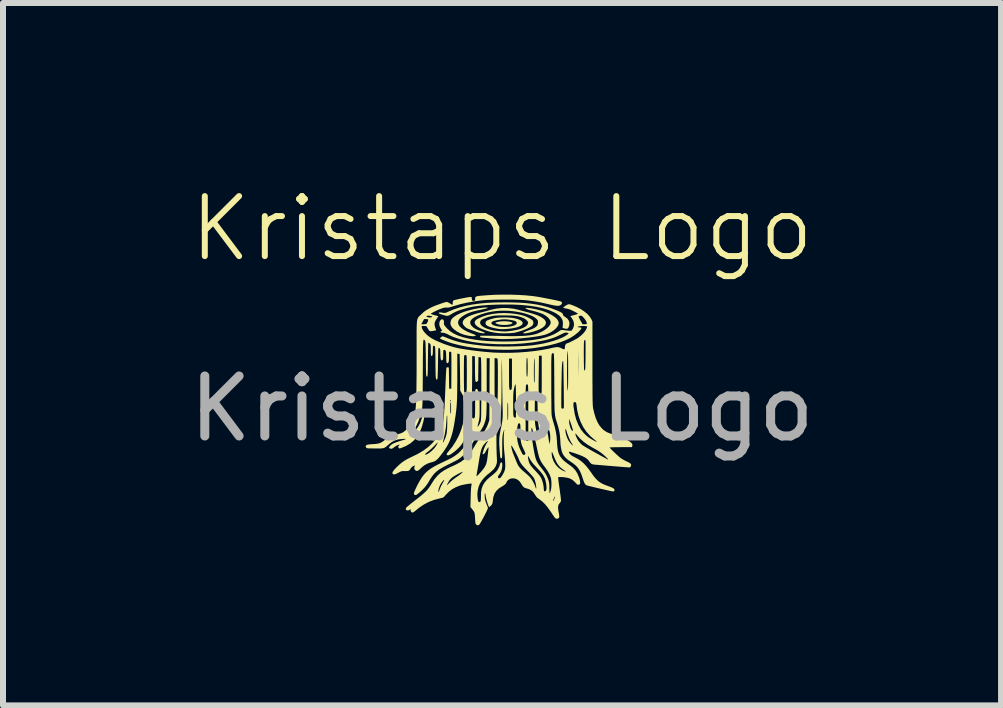
<source format=kicad_pcb>
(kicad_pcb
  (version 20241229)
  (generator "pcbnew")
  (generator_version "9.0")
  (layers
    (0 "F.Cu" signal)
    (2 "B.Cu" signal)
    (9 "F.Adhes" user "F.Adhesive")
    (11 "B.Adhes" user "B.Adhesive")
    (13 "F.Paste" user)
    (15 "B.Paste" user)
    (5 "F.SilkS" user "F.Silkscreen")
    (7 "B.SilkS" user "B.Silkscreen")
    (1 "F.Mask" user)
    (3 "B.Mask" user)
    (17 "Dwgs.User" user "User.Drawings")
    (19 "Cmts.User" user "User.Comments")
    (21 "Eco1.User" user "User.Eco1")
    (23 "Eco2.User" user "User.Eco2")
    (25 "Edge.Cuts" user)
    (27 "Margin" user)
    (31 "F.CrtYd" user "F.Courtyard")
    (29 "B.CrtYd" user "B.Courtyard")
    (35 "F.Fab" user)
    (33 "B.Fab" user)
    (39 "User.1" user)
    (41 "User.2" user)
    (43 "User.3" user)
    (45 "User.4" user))
  (footprint "Kristaps Logo"
    (layer "F.Cu")
    (at 5.315 1.26)
    (property "Reference" "Kristaps Logo" (at 0 -0.5 0) (unlocked yes) (layer "F.SilkS") (effects (font (size 1 1) (thickness 0.1))))
    (attr through_hole)
    (fp_poly (pts (xy 0.088 1.045) (xy 0.125 1.05) (xy 0.153 1.057) (xy 0.162 1.06) (xy 0.174 1.068) (xy 0.175 1.073) (xy 0.168 1.081) (xy 0.149 1.091) (xy 0.12 1.098) (xy 0.083 1.103) (xy 0.042 1.105) (xy -0.001 1.104) (xy -0.041 1.099) (xy -0.066 1.093) (xy -0.087 1.086) (xy -0.096 1.082) (xy -0.113 1.071) (xy -0.093 1.06) (xy -0.07 1.053) (xy -0.036 1.047) (xy 0.004 1.044) (xy 0.046 1.043)) (stroke (width 0) (type solid)) (fill yes) (layer "F.SilkS"))
    (fp_poly (pts (xy -0.253 0.815) (xy -0.24 0.817) (xy -0.239 0.822) (xy -0.244 0.825) (xy -0.254 0.829) (xy -0.275 0.834) (xy -0.305 0.841) (xy -0.34 0.848) (xy -0.357 0.852) (xy -0.431 0.868) (xy -0.494 0.884) (xy -0.547 0.902) (xy -0.592 0.921) (xy -0.632 0.943) (xy -0.669 0.968) (xy -0.679 0.976) (xy -0.708 1.003) (xy -0.725 1.029) (xy -0.732 1.057) (xy -0.732 1.065) (xy -0.726 1.096) (xy -0.707 1.127) (xy -0.675 1.158) (xy -0.631 1.189) (xy -0.576 1.218) (xy -0.511 1.245) (xy -0.5 1.249) (xy -0.473 1.259) (xy -0.452 1.268) (xy -0.439 1.275) (xy -0.436 1.278) (xy -0.44 1.284) (xy -0.454 1.289) (xy -0.474 1.292) (xy -0.493 1.292) (xy -0.517 1.289) (xy -0.535 1.288) (xy -0.572 1.282) (xy -0.614 1.272) (xy -0.657 1.259) (xy -0.694 1.244) (xy -0.695 1.244) (xy -0.754 1.212) (xy -0.801 1.178) (xy -0.834 1.144) (xy -0.854 1.108) (xy -0.86 1.072) (xy -0.853 1.035) (xy -0.842 1.012) (xy -0.818 0.984) (xy -0.782 0.957) (xy -0.736 0.93) (xy -0.68 0.904) (xy -0.617 0.881) (xy -0.547 0.86) (xy -0.473 0.842) (xy -0.395 0.827) (xy -0.349 0.821) (xy -0.309 0.816) (xy -0.276 0.814)) (stroke (width 0) (type solid)) (fill yes) (layer "F.SilkS"))
    (fp_poly (pts (xy 0.076 0.98) (xy 0.127 0.983) (xy 0.172 0.987) (xy 0.207 0.993) (xy 0.262 1.007) (xy 0.302 1.023) (xy 0.33 1.042) (xy 0.343 1.062) (xy 0.345 1.072) (xy 0.34 1.092) (xy 0.324 1.109) (xy 0.295 1.126) (xy 0.267 1.138) (xy 0.229 1.149) (xy 0.181 1.159) (xy 0.128 1.167) (xy 0.073 1.172) (xy 0.021 1.175) (xy -0.026 1.174) (xy -0.055 1.171) (xy -0.12 1.159) (xy -0.174 1.146) (xy -0.217 1.132) (xy -0.248 1.117) (xy -0.266 1.102) (xy -0.275 1.081) (xy -0.274 1.071) (xy -0.178 1.071) (xy -0.174 1.086) (xy -0.158 1.101) (xy -0.132 1.113) (xy -0.098 1.123) (xy -0.058 1.131) (xy -0.014 1.136) (xy 0.033 1.138) (xy 0.08 1.137) (xy 0.126 1.133) (xy 0.168 1.124) (xy 0.183 1.12) (xy 0.217 1.107) (xy 0.238 1.092) (xy 0.246 1.075) (xy 0.242 1.058) (xy 0.224 1.042) (xy 0.223 1.041) (xy 0.207 1.035) (xy 0.18 1.028) (xy 0.147 1.022) (xy 0.11 1.016) (xy 0.072 1.012) (xy 0.037 1.011) (xy 0.031 1.011) (xy 0.003 1.012) (xy -0.032 1.017) (xy -0.07 1.023) (xy -0.106 1.031) (xy -0.137 1.039) (xy -0.156 1.046) (xy -0.171 1.058) (xy -0.178 1.071) (xy -0.274 1.071) (xy -0.273 1.058) (xy -0.262 1.039) (xy -0.246 1.03) (xy -0.22 1.019) (xy -0.186 1.008) (xy -0.146 0.997) (xy -0.107 0.988) (xy -0.072 0.984) (xy -0.027 0.981) (xy 0.023 0.98)) (stroke (width 0) (type solid)) (fill yes) (layer "F.SilkS"))
    (fp_poly (pts (xy 0.167 0.729) (xy 0.285 0.733) (xy 0.392 0.74) (xy 0.491 0.751) (xy 0.582 0.765) (xy 0.668 0.783) (xy 0.75 0.804) (xy 0.829 0.83) (xy 0.886 0.852) (xy 0.931 0.87) (xy 0.965 0.885) (xy 0.988 0.898) (xy 1.004 0.909) (xy 1.013 0.92) (xy 1.016 0.931) (xy 1.017 0.936) (xy 1.022 0.948) (xy 1.039 0.963) (xy 1.055 0.973) (xy 1.09 1) (xy 1.113 1.033) (xy 1.124 1.069) (xy 1.121 1.109) (xy 1.111 1.14) (xy 1.101 1.157) (xy 1.09 1.166) (xy 1.073 1.169) (xy 1.048 1.165) (xy 1.036 1.162) (xy 1.02 1.158) (xy 1.011 1.154) (xy 1.011 1.154) (xy 1.01 1.146) (xy 1.011 1.129) (xy 1.014 1.108) (xy 1.015 1.062) (xy 1.006 1.02) (xy 0.984 0.982) (xy 0.951 0.947) (xy 0.904 0.914) (xy 0.861 0.891) (xy 0.779 0.856) (xy 0.684 0.827) (xy 0.577 0.803) (xy 0.458 0.785) (xy 0.327 0.772) (xy 0.186 0.765) (xy 0.033 0.764) (xy -0.038 0.765) (xy -0.139 0.768) (xy -0.229 0.772) (xy -0.308 0.778) (xy -0.38 0.785) (xy -0.447 0.794) (xy -0.509 0.805) (xy -0.57 0.819) (xy -0.629 0.835) (xy -0.689 0.853) (xy -0.739 0.871) (xy -0.782 0.89) (xy -0.823 0.911) (xy -0.847 0.926) (xy -0.871 0.94) (xy -0.89 0.949) (xy -0.908 0.953) (xy -0.927 0.952) (xy -0.952 0.946) (xy -0.986 0.936) (xy -0.991 0.935) (xy -1.023 0.925) (xy -1.043 0.917) (xy -1.053 0.91) (xy -1.054 0.904) (xy -1.051 0.9) (xy -1.042 0.896) (xy -1.027 0.896) (xy -1.001 0.899) (xy -0.996 0.9) (xy -0.971 0.904) (xy -0.954 0.905) (xy -0.938 0.902) (xy -0.919 0.895) (xy -0.9 0.886) (xy -0.807 0.847) (xy -0.709 0.814) (xy -0.605 0.787) (xy -0.494 0.765) (xy -0.375 0.748) (xy -0.246 0.736) (xy -0.107 0.73) (xy 0.038 0.728)) (stroke (width 0) (type solid)) (fill yes) (layer "F.SilkS"))
    (fp_poly (pts (xy 0.42 0.82) (xy 0.45 0.823) (xy 0.486 0.828) (xy 0.526 0.836) (xy 0.569 0.844) (xy 0.612 0.855) (xy 0.653 0.865) (xy 0.689 0.877) (xy 0.707 0.883) (xy 0.774 0.911) (xy 0.831 0.941) (xy 0.878 0.972) (xy 0.913 1.003) (xy 0.935 1.035) (xy 0.945 1.066) (xy 0.945 1.072) (xy 0.939 1.104) (xy 0.92 1.137) (xy 0.891 1.17) (xy 0.853 1.201) (xy 0.807 1.23) (xy 0.755 1.254) (xy 0.726 1.265) (xy 0.68 1.277) (xy 0.623 1.289) (xy 0.557 1.3) (xy 0.483 1.31) (xy 0.404 1.319) (xy 0.322 1.327) (xy 0.239 1.333) (xy 0.157 1.337) (xy 0.079 1.339) (xy 0.006 1.34) (xy -0.059 1.338) (xy -0.079 1.336) (xy -0.145 1.332) (xy -0.204 1.327) (xy -0.255 1.322) (xy -0.298 1.319) (xy -0.33 1.315) (xy -0.351 1.312) (xy -0.358 1.311) (xy -0.365 1.3) (xy -0.363 1.289) (xy -0.357 1.284) (xy -0.348 1.284) (xy -0.328 1.284) (xy -0.296 1.284) (xy -0.255 1.284) (xy -0.206 1.285) (xy -0.152 1.286) (xy -0.092 1.287) (xy -0.069 1.287) (xy 0.039 1.289) (xy 0.134 1.291) (xy 0.218 1.291) (xy 0.291 1.289) (xy 0.356 1.287) (xy 0.412 1.283) (xy 0.462 1.277) (xy 0.507 1.27) (xy 0.547 1.261) (xy 0.584 1.25) (xy 0.619 1.237) (xy 0.653 1.221) (xy 0.678 1.209) (xy 0.714 1.187) (xy 0.748 1.161) (xy 0.777 1.133) (xy 0.798 1.105) (xy 0.81 1.08) (xy 0.811 1.076) (xy 0.81 1.047) (xy 0.796 1.017) (xy 0.772 0.986) (xy 0.737 0.957) (xy 0.694 0.93) (xy 0.688 0.927) (xy 0.664 0.916) (xy 0.629 0.904) (xy 0.589 0.89) (xy 0.548 0.878) (xy 0.509 0.868) (xy 0.483 0.862) (xy 0.457 0.855) (xy 0.432 0.847) (xy 0.411 0.838) (xy 0.396 0.83) (xy 0.39 0.824) (xy 0.391 0.823) (xy 0.4 0.82)) (stroke (width 0) (type solid)) (fill yes) (layer "F.SilkS"))
    (fp_poly (pts (xy 0.127 0.91) (xy 0.222 0.92) (xy 0.312 0.937) (xy 0.326 0.941) (xy 0.364 0.952) (xy 0.404 0.967) (xy 0.441 0.984) (xy 0.473 1.001) (xy 0.497 1.017) (xy 0.509 1.027) (xy 0.522 1.054) (xy 0.522 1.083) (xy 0.51 1.109) (xy 0.509 1.111) (xy 0.491 1.127) (xy 0.461 1.145) (xy 0.423 1.164) (xy 0.378 1.183) (xy 0.329 1.201) (xy 0.278 1.217) (xy 0.227 1.23) (xy 0.203 1.235) (xy 0.177 1.238) (xy 0.141 1.241) (xy 0.098 1.243) (xy 0.053 1.244) (xy 0.008 1.244) (xy -0.033 1.243) (xy -0.065 1.241) (xy -0.072 1.24) (xy -0.14 1.23) (xy -0.205 1.216) (xy -0.265 1.198) (xy -0.32 1.178) (xy -0.367 1.157) (xy -0.405 1.134) (xy -0.433 1.11) (xy -0.451 1.086) (xy -0.455 1.067) (xy -0.454 1.057) (xy -0.365 1.057) (xy -0.363 1.082) (xy -0.349 1.106) (xy -0.324 1.129) (xy -0.289 1.15) (xy -0.245 1.169) (xy -0.193 1.185) (xy -0.134 1.198) (xy -0.068 1.206) (xy -0.031 1.209) (xy 0.006 1.212) (xy 0.035 1.213) (xy 0.061 1.213) (xy 0.086 1.211) (xy 0.114 1.208) (xy 0.149 1.204) (xy 0.194 1.197) (xy 0.198 1.196) (xy 0.265 1.183) (xy 0.321 1.166) (xy 0.368 1.146) (xy 0.402 1.124) (xy 0.425 1.099) (xy 0.434 1.072) (xy 0.435 1.065) (xy 0.429 1.048) (xy 0.413 1.029) (xy 0.391 1.009) (xy 0.365 0.993) (xy 0.358 0.99) (xy 0.321 0.976) (xy 0.284 0.965) (xy 0.244 0.956) (xy 0.198 0.951) (xy 0.145 0.947) (xy 0.082 0.946) (xy 0.041 0.945) (xy -0.012 0.945) (xy -0.054 0.946) (xy -0.088 0.947) (xy -0.115 0.949) (xy -0.14 0.952) (xy -0.164 0.956) (xy -0.185 0.961) (xy -0.234 0.973) (xy -0.278 0.988) (xy -0.314 1.003) (xy -0.341 1.019) (xy -0.354 1.032) (xy -0.365 1.057) (xy -0.454 1.057) (xy -0.453 1.049) (xy -0.444 1.033) (xy -0.428 1.017) (xy -0.402 1.001) (xy -0.366 0.984) (xy -0.319 0.964) (xy -0.316 0.963) (xy -0.241 0.939) (xy -0.156 0.921) (xy -0.065 0.91) (xy 0.03 0.906)) (stroke (width 0) (type solid)) (fill yes) (layer "F.SilkS"))
    (fp_poly (pts (xy 0.101 0.823) (xy 0.2 0.835) (xy 0.272 0.852) (xy 0.313 0.863) (xy 0.36 0.876) (xy 0.406 0.888) (xy 0.428 0.893) (xy 0.512 0.917) (xy 0.583 0.941) (xy 0.641 0.967) (xy 0.685 0.995) (xy 0.705 1.012) (xy 0.726 1.04) (xy 0.733 1.068) (xy 0.726 1.096) (xy 0.708 1.123) (xy 0.676 1.15) (xy 0.633 1.175) (xy 0.582 1.196) (xy 0.54 1.21) (xy 0.499 1.222) (xy 0.459 1.232) (xy 0.423 1.239) (xy 0.392 1.244) (xy 0.369 1.245) (xy 0.356 1.242) (xy 0.353 1.236) (xy 0.358 1.231) (xy 0.37 1.224) (xy 0.391 1.215) (xy 0.421 1.203) (xy 0.463 1.187) (xy 0.484 1.18) (xy 0.523 1.163) (xy 0.556 1.144) (xy 0.567 1.135) (xy 0.584 1.119) (xy 0.593 1.104) (xy 0.597 1.085) (xy 0.598 1.072) (xy 0.6 1.048) (xy 0.597 1.032) (xy 0.589 1.019) (xy 0.583 1.012) (xy 0.554 0.986) (xy 0.513 0.961) (xy 0.462 0.939) (xy 0.402 0.919) (xy 0.335 0.901) (xy 0.262 0.887) (xy 0.187 0.876) (xy 0.109 0.869) (xy 0.031 0.867) (xy -0.031 0.868) (xy -0.101 0.873) (xy -0.17 0.883) (xy -0.238 0.896) (xy -0.301 0.913) (xy -0.36 0.932) (xy -0.412 0.953) (xy -0.457 0.975) (xy -0.492 0.999) (xy -0.516 1.023) (xy -0.528 1.047) (xy -0.528 1.049) (xy -0.53 1.074) (xy -0.522 1.097) (xy -0.505 1.122) (xy -0.502 1.124) (xy -0.482 1.144) (xy -0.459 1.161) (xy -0.429 1.177) (xy -0.39 1.193) (xy -0.359 1.203) (xy -0.33 1.214) (xy -0.306 1.224) (xy -0.29 1.232) (xy -0.285 1.236) (xy -0.288 1.242) (xy -0.303 1.244) (xy -0.326 1.243) (xy -0.354 1.239) (xy -0.386 1.232) (xy -0.386 1.232) (xy -0.413 1.224) (xy -0.446 1.212) (xy -0.483 1.199) (xy -0.52 1.186) (xy -0.553 1.173) (xy -0.578 1.163) (xy -0.587 1.158) (xy -0.602 1.148) (xy -0.62 1.131) (xy -0.63 1.121) (xy -0.65 1.092) (xy -0.656 1.063) (xy -0.648 1.036) (xy -0.628 1.009) (xy -0.594 0.983) (xy -0.548 0.958) (xy -0.49 0.935) (xy -0.419 0.913) (xy -0.379 0.903) (xy -0.334 0.892) (xy -0.286 0.88) (xy -0.24 0.868) (xy -0.2 0.856) (xy -0.193 0.854) (xy -0.099 0.833) (xy 0.001 0.822)) (stroke (width 0) (type solid)) (fill yes) (layer "F.SilkS"))
    (fp_poly (pts (xy 0.141 0.6) (xy 0.267 0.604) (xy 0.387 0.611) (xy 0.498 0.622) (xy 0.548 0.628) (xy 0.579 0.633) (xy 0.617 0.639) (xy 0.661 0.647) (xy 0.709 0.656) (xy 0.759 0.666) (xy 0.808 0.675) (xy 0.856 0.685) (xy 0.899 0.694) (xy 0.935 0.702) (xy 0.963 0.709) (xy 0.981 0.714) (xy 0.985 0.715) (xy 0.998 0.728) (xy 0.999 0.745) (xy 0.989 0.762) (xy 0.983 0.768) (xy 0.968 0.778) (xy 0.952 0.784) (xy 0.933 0.786) (xy 0.907 0.785) (xy 0.875 0.78) (xy 0.832 0.772) (xy 0.789 0.762) (xy 0.71 0.744) (xy 0.64 0.729) (xy 0.573 0.717) (xy 0.504 0.706) (xy 0.43 0.696) (xy 0.421 0.695) (xy 0.379 0.691) (xy 0.325 0.688) (xy 0.262 0.685) (xy 0.193 0.683) (xy 0.118 0.682) (xy 0.041 0.682) (xy -0.035 0.683) (xy -0.11 0.684) (xy -0.181 0.686) (xy -0.244 0.688) (xy -0.299 0.692) (xy -0.336 0.695) (xy -0.468 0.713) (xy -0.589 0.734) (xy -0.701 0.76) (xy -0.806 0.791) (xy -0.816 0.794) (xy -0.854 0.806) (xy -0.882 0.813) (xy -0.903 0.816) (xy -0.922 0.815) (xy -0.923 0.815) (xy -0.942 0.814) (xy -0.963 0.817) (xy -0.988 0.824) (xy -1.021 0.836) (xy -1.05 0.847) (xy -1.081 0.861) (xy -1.112 0.876) (xy -1.141 0.89) (xy -1.165 0.904) (xy -1.181 0.914) (xy -1.187 0.92) (xy -1.18 0.924) (xy -1.164 0.93) (xy -1.14 0.937) (xy -1.126 0.941) (xy -1.099 0.948) (xy -1.078 0.954) (xy -1.065 0.958) (xy -1.063 0.959) (xy -1.066 0.966) (xy -1.074 0.98) (xy -1.084 0.995) (xy -1.108 1.033) (xy -1.122 1.067) (xy -1.124 1.101) (xy -1.117 1.136) (xy -1.111 1.155) (xy -1.103 1.175) (xy -1.098 1.189) (xy -1.097 1.192) (xy -1.103 1.195) (xy -1.12 1.198) (xy -1.143 1.203) (xy -1.149 1.204) (xy -1.177 1.208) (xy -1.195 1.209) (xy -1.208 1.204) (xy -1.22 1.191) (xy -1.233 1.169) (xy -1.239 1.16) (xy -1.26 1.124) (xy -1.299 1.122) (xy -1.321 1.121) (xy -1.333 1.123) (xy -1.337 1.128) (xy -1.338 1.136) (xy -1.332 1.164) (xy -1.315 1.196) (xy -1.29 1.23) (xy -1.257 1.264) (xy -1.219 1.296) (xy -1.178 1.324) (xy -1.174 1.327) (xy -1.114 1.359) (xy -1.044 1.39) (xy -0.968 1.421) (xy -0.889 1.448) (xy -0.81 1.472) (xy -0.742 1.489) (xy -0.698 1.498) (xy -0.641 1.507) (xy -0.575 1.517) (xy -0.5 1.528) (xy -0.418 1.538) (xy -0.333 1.548) (xy -0.261 1.555) (xy -0.136 1.565) (xy -0.004 1.569) (xy 0.132 1.569) (xy 0.27 1.564) (xy 0.407 1.554) (xy 0.539 1.54) (xy 0.664 1.522) (xy 0.779 1.5) (xy 0.797 1.496) (xy 0.844 1.485) (xy 0.881 1.478) (xy 0.909 1.474) (xy 0.932 1.474) (xy 0.952 1.478) (xy 0.972 1.484) (xy 0.991 1.494) (xy 1.017 1.506) (xy 1.034 1.51) (xy 1.044 1.505) (xy 1.048 1.489) (xy 1.048 1.468) (xy 1.053 1.444) (xy 1.063 1.424) (xy 1.078 1.412) (xy 1.086 1.41) (xy 1.097 1.407) (xy 1.117 1.399) (xy 1.143 1.386) (xy 1.173 1.372) (xy 1.203 1.356) (xy 1.231 1.341) (xy 1.255 1.328) (xy 1.267 1.32) (xy 1.315 1.283) (xy 1.356 1.244) (xy 1.387 1.205) (xy 1.408 1.167) (xy 1.413 1.153) (xy 1.42 1.128) (xy 1.389 1.124) (xy 1.366 1.122) (xy 1.337 1.122) (xy 1.307 1.125) (xy 1.282 1.128) (xy 1.265 1.133) (xy 1.262 1.134) (xy 1.261 1.139) (xy 1.272 1.143) (xy 1.289 1.145) (xy 1.309 1.148) (xy 1.322 1.151) (xy 1.324 1.153) (xy 1.32 1.167) (xy 1.306 1.187) (xy 1.286 1.21) (xy 1.264 1.231) (xy 1.207 1.277) (xy 1.142 1.319) (xy 1.066 1.356) (xy 0.98 1.39) (xy 0.883 1.42) (xy 0.774 1.447) (xy 0.669 1.468) (xy 0.538 1.489) (xy 0.4 1.504) (xy 0.258 1.514) (xy 0.113 1.519) (xy -0.032 1.518) (xy -0.177 1.513) (xy -0.319 1.502) (xy -0.456 1.487) (xy -0.586 1.467) (xy -0.709 1.442) (xy -0.821 1.413) (xy -0.88 1.394) (xy -0.914 1.382) (xy -0.948 1.369) (xy -0.979 1.356) (xy -1.006 1.345) (xy -1.025 1.335) (xy -1.034 1.329) (xy -1.035 1.328) (xy -1.03 1.321) (xy -1.018 1.311) (xy -1.004 1.301) (xy -0.993 1.294) (xy -0.99 1.293) (xy -0.982 1.296) (xy -0.964 1.302) (xy -0.938 1.312) (xy -0.906 1.325) (xy -0.891 1.331) (xy -0.839 1.351) (xy -0.788 1.368) (xy -0.735 1.383) (xy -0.679 1.397) (xy -0.618 1.409) (xy -0.55 1.42) (xy -0.473 1.431) (xy -0.386 1.442) (xy -0.331 1.449) (xy -0.258 1.455) (xy -0.174 1.46) (xy -0.082 1.463) (xy 0.015 1.464) (xy 0.115 1.464) (xy 0.214 1.462) (xy 0.311 1.458) (xy 0.402 1.453) (xy 0.484 1.446) (xy 0.526 1.441) (xy 0.612 1.428) (xy 0.698 1.412) (xy 0.781 1.392) (xy 0.859 1.37) (xy 0.931 1.346) (xy 0.994 1.32) (xy 1.048 1.293) (xy 1.089 1.266) (xy 1.093 1.263) (xy 1.107 1.25) (xy 1.108 1.242) (xy 1.098 1.237) (xy 1.077 1.233) (xy 1.063 1.232) (xy 1.049 1.234) (xy 1.032 1.24) (xy 1.008 1.25) (xy 0.976 1.267) (xy 0.974 1.267) (xy 0.916 1.295) (xy 0.857 1.319) (xy 0.795 1.339) (xy 0.726 1.357) (xy 0.672 1.368) (xy 0.517 1.395) (xy 0.353 1.413) (xy 0.182 1.424) (xy 0.007 1.426) (xy -0.097 1.424) (xy -0.211 1.418) (xy -0.314 1.411) (xy -0.407 1.4) (xy -0.495 1.387) (xy -0.578 1.371) (xy -0.66 1.352) (xy -0.66 1.352) (xy -0.721 1.335) (xy -0.771 1.319) (xy -0.816 1.303) (xy -0.859 1.284) (xy -0.898 1.264) (xy -0.93 1.249) (xy -0.955 1.24) (xy -0.977 1.235) (xy -0.989 1.235) (xy -1.012 1.232) (xy -1.024 1.226) (xy -1.024 1.217) (xy -1.011 1.207) (xy -1.01 1.207) (xy -1.002 1.202) (xy -1 1.197) (xy -1.004 1.187) (xy -1.016 1.17) (xy -1.018 1.166) (xy -1.039 1.127) (xy -1.046 1.089) (xy -1.041 1.053) (xy -1.038 1.047) (xy -1.024 1.023) (xy -1.008 1.012) (xy -0.991 1.011) (xy -0.977 1.02) (xy -0.968 1.039) (xy -0.967 1.065) (xy -0.968 1.074) (xy -0.969 1.085) (xy -0.966 1.098) (xy -0.958 1.112) (xy -0.942 1.132) (xy -0.919 1.159) (xy -0.909 1.169) (xy -0.863 1.211) (xy -0.804 1.248) (xy -0.734 1.281) (xy -0.65 1.309) (xy -0.555 1.332) (xy -0.446 1.351) (xy -0.393 1.358) (xy -0.301 1.368) (xy -0.2 1.375) (xy -0.094 1.379) (xy 0.015 1.381) (xy 0.125 1.38) (xy 0.233 1.377) (xy 0.338 1.371) (xy 0.437 1.363) (xy 0.528 1.353) (xy 0.608 1.34) (xy 0.638 1.335) (xy 0.72 1.314) (xy 0.797 1.289) (xy 0.866 1.26) (xy 0.925 1.227) (xy 0.947 1.213) (xy 0.962 1.202) (xy 0.975 1.194) (xy 0.988 1.19) (xy 1.004 1.189) (xy 1.027 1.191) (xy 1.059 1.195) (xy 1.074 1.197) (xy 1.104 1.2) (xy 1.13 1.202) (xy 1.149 1.202) (xy 1.155 1.201) (xy 1.163 1.193) (xy 1.175 1.177) (xy 1.183 1.163) (xy 1.198 1.12) (xy 1.199 1.078) (xy 1.188 1.034) (xy 1.163 0.99) (xy 1.154 0.979) (xy 1.141 0.961) (xy 1.275 0.961) (xy 1.277 0.969) (xy 1.284 0.985) (xy 1.295 1.009) (xy 1.306 1.029) (xy 1.342 1.093) (xy 1.378 1.093) (xy 1.399 1.092) (xy 1.41 1.09) (xy 1.414 1.083) (xy 1.414 1.079) (xy 1.409 1.057) (xy 1.396 1.03) (xy 1.375 1.001) (xy 1.356 0.979) (xy 1.339 0.961) (xy 1.326 0.952) (xy 1.315 0.95) (xy 1.303 0.952) (xy 1.286 0.956) (xy 1.276 0.961) (xy 1.275 0.961) (xy 1.141 0.961) (xy 1.138 0.957) (xy 1.202 0.94) (xy 1.229 0.933) (xy 1.251 0.925) (xy 1.264 0.92) (xy 1.266 0.918) (xy 1.26 0.913) (xy 1.244 0.903) (xy 1.221 0.89) (xy 1.194 0.876) (xy 1.149 0.855) (xy 1.111 0.84) (xy 1.076 0.832) (xy 1.072 0.831) (xy 1.047 0.827) (xy 1.029 0.822) (xy 1.021 0.818) (xy 1.021 0.817) (xy 1.027 0.809) (xy 1.041 0.797) (xy 1.061 0.783) (xy 1.083 0.77) (xy 1.091 0.767) (xy 1.105 0.761) (xy 1.116 0.759) (xy 1.129 0.761) (xy 1.149 0.767) (xy 1.167 0.773) (xy 1.24 0.803) (xy 1.308 0.838) (xy 1.367 0.877) (xy 1.418 0.918) (xy 1.458 0.961) (xy 1.486 1.004) (xy 1.489 1.008) (xy 1.507 1.048) (xy 1.507 1.745) (xy 1.507 1.859) (xy 1.507 1.961) (xy 1.507 2.05) (xy 1.508 2.129) (xy 1.508 2.197) (xy 1.508 2.255) (xy 1.509 2.305) (xy 1.509 2.347) (xy 1.51 2.382) (xy 1.511 2.41) (xy 1.512 2.434) (xy 1.513 2.453) (xy 1.515 2.469) (xy 1.516 2.481) (xy 1.518 2.493) (xy 1.519 2.499) (xy 1.54 2.585) (xy 1.563 2.659) (xy 1.59 2.722) (xy 1.621 2.776) (xy 1.654 2.817) (xy 1.683 2.847) (xy 1.714 2.871) (xy 1.75 2.892) (xy 1.793 2.91) (xy 1.846 2.928) (xy 1.866 2.935) (xy 1.924 2.954) (xy 1.982 2.975) (xy 2.037 2.999) (xy 2.085 3.022) (xy 2.124 3.045) (xy 2.135 3.052) (xy 2.161 3.076) (xy 2.173 3.099) (xy 2.172 3.122) (xy 2.171 3.126) (xy 2.164 3.141) (xy 1.979 3.141) (xy 1.93 3.142) (xy 1.886 3.142) (xy 1.848 3.143) (xy 1.819 3.144) (xy 1.8 3.145) (xy 1.794 3.147) (xy 1.794 3.147) (xy 1.798 3.154) (xy 1.812 3.169) (xy 1.831 3.189) (xy 1.855 3.213) (xy 1.882 3.238) (xy 1.909 3.264) (xy 1.935 3.287) (xy 1.957 3.307) (xy 1.975 3.321) (xy 1.978 3.323) (xy 2.001 3.338) (xy 2.032 3.356) (xy 2.063 3.372) (xy 2.071 3.376) (xy 2.105 3.392) (xy 2.128 3.405) (xy 2.142 3.415) (xy 2.149 3.425) (xy 2.152 3.436) (xy 2.152 3.44) (xy 2.148 3.458) (xy 2.137 3.473) (xy 2.123 3.479) (xy 2.122 3.479) (xy 2.114 3.479) (xy 2.094 3.477) (xy 2.064 3.475) (xy 2.025 3.472) (xy 1.979 3.468) (xy 1.928 3.464) (xy 1.874 3.46) (xy 1.818 3.455) (xy 1.763 3.451) (xy 1.709 3.446) (xy 1.66 3.442) (xy 1.615 3.438) (xy 1.578 3.435) (xy 1.559 3.434) (xy 1.525 3.43) (xy 1.501 3.424) (xy 1.483 3.414) (xy 1.468 3.398) (xy 1.454 3.379) (xy 1.435 3.354) (xy 1.411 3.332) (xy 1.381 3.312) (xy 1.342 3.292) (xy 1.294 3.272) (xy 1.246 3.255) (xy 1.209 3.242) (xy 1.176 3.232) (xy 1.149 3.223) (xy 1.13 3.218) (xy 1.124 3.217) (xy 1.115 3.218) (xy 1.115 3.224) (xy 1.12 3.236) (xy 1.133 3.256) (xy 1.151 3.273) (xy 1.177 3.291) (xy 1.214 3.31) (xy 1.214 3.31) (xy 1.268 3.339) (xy 1.315 3.371) (xy 1.358 3.408) (xy 1.399 3.451) (xy 1.441 3.503) (xy 1.484 3.562) (xy 1.522 3.617) (xy 1.558 3.661) (xy 1.593 3.697) (xy 1.63 3.726) (xy 1.672 3.75) (xy 1.721 3.772) (xy 1.77 3.79) (xy 1.812 3.806) (xy 1.842 3.819) (xy 1.862 3.831) (xy 1.872 3.843) (xy 1.875 3.856) (xy 1.873 3.865) (xy 1.863 3.877) (xy 1.852 3.879) (xy 1.842 3.878) (xy 1.82 3.874) (xy 1.79 3.867) (xy 1.752 3.859) (xy 1.708 3.849) (xy 1.661 3.838) (xy 1.613 3.827) (xy 1.566 3.816) (xy 1.522 3.806) (xy 1.482 3.796) (xy 1.449 3.788) (xy 1.426 3.782) (xy 1.407 3.775) (xy 1.392 3.765) (xy 1.379 3.748) (xy 1.367 3.723) (xy 1.354 3.688) (xy 1.347 3.666) (xy 1.326 3.604) (xy 1.305 3.553) (xy 1.282 3.511) (xy 1.256 3.475) (xy 1.223 3.442) (xy 1.183 3.41) (xy 1.148 3.386) (xy 1.1 3.353) (xy 1.062 3.32) (xy 1.032 3.286) (xy 1.01 3.248) (xy 0.994 3.205) (xy 0.983 3.154) (xy 0.975 3.093) (xy 0.973 3.052) (xy 0.969 2.991) (xy 0.964 2.94) (xy 0.958 2.896) (xy 0.951 2.86) (xy 1.056 2.86) (xy 1.059 2.893) (xy 1.068 2.933) (xy 1.081 2.974) (xy 1.097 3.011) (xy 1.097 3.011) (xy 1.11 3.034) (xy 1.127 3.058) (xy 1.145 3.081) (xy 1.162 3.1) (xy 1.175 3.111) (xy 1.18 3.114) (xy 1.18 3.109) (xy 1.173 3.095) (xy 1.161 3.075) (xy 1.159 3.072) (xy 1.141 3.041) (xy 1.122 3) (xy 1.104 2.956) (xy 1.091 2.921) (xy 1.222 2.921) (xy 1.227 2.94) (xy 1.231 2.955) (xy 1.25 2.997) (xy 1.276 3.04) (xy 1.308 3.078) (xy 1.327 3.097) (xy 1.341 3.108) (xy 1.366 3.124) (xy 1.399 3.144) (xy 1.439 3.167) (xy 1.482 3.192) (xy 1.526 3.217) (xy 1.572 3.242) (xy 1.616 3.266) (xy 1.655 3.288) (xy 1.688 3.306) (xy 1.713 3.32) (xy 1.728 3.328) (xy 1.748 3.339) (xy 1.763 3.346) (xy 1.769 3.348) (xy 1.768 3.343) (xy 1.758 3.331) (xy 1.741 3.314) (xy 1.723 3.296) (xy 1.684 3.261) (xy 1.644 3.23) (xy 1.598 3.199) (xy 1.544 3.168) (xy 1.514 3.152) (xy 1.431 3.103) (xy 1.359 3.051) (xy 1.298 2.996) (xy 1.249 2.94) (xy 1.247 2.937) (xy 1.233 2.919) (xy 1.225 2.914) (xy 1.222 2.921) (xy 1.091 2.921) (xy 1.087 2.911) (xy 1.075 2.871) (xy 1.068 2.849) (xy 1.062 2.839) (xy 1.057 2.842) (xy 1.056 2.858) (xy 1.056 2.86) (xy 0.951 2.86) (xy 0.949 2.853) (xy 0.938 2.808) (xy 0.923 2.758) (xy 0.917 2.738) (xy 0.909 2.712) (xy 0.907 2.706) (xy 1.119 2.706) (xy 1.121 2.745) (xy 1.131 2.789) (xy 1.146 2.833) (xy 1.153 2.847) (xy 1.164 2.863) (xy 1.174 2.87) (xy 1.18 2.867) (xy 1.181 2.854) (xy 1.178 2.843) (xy 1.172 2.822) (xy 1.163 2.793) (xy 1.152 2.76) (xy 1.15 2.755) (xy 1.121 2.669) (xy 1.119 2.706) (xy 0.907 2.706) (xy 0.902 2.69) (xy 0.896 2.669) (xy 0.891 2.649) (xy 0.887 2.628) (xy 0.883 2.606) (xy 0.881 2.581) (xy 0.878 2.552) (xy 0.876 2.519) (xy 0.875 2.479) (xy 0.874 2.432) (xy 0.873 2.397) (xy 0.988 2.397) (xy 0.988 2.436) (xy 0.989 2.465) (xy 0.989 2.483) (xy 0.99 2.488) (xy 1 2.498) (xy 1.014 2.5) (xy 1.026 2.494) (xy 1.03 2.488) (xy 1.03 2.478) (xy 1.031 2.456) (xy 1.031 2.424) (xy 1.031 2.415) (xy 1.19 2.415) (xy 1.19 2.439) (xy 1.193 2.476) (xy 1.194 2.477) (xy 1.211 2.585) (xy 1.237 2.683) (xy 1.272 2.769) (xy 1.314 2.845) (xy 1.365 2.909) (xy 1.372 2.916) (xy 1.407 2.95) (xy 1.443 2.978) (xy 1.484 3.005) (xy 1.521 3.026) (xy 1.551 3.041) (xy 1.57 3.049) (xy 1.579 3.05) (xy 1.576 3.045) (xy 1.562 3.032) (xy 1.548 3.022) (xy 1.473 2.958) (xy 1.407 2.885) (xy 1.352 2.804) (xy 1.308 2.715) (xy 1.274 2.617) (xy 1.251 2.513) (xy 1.245 2.462) (xy 1.24 2.428) (xy 1.235 2.406) (xy 1.227 2.394) (xy 1.217 2.39) (xy 1.215 2.39) (xy 1.202 2.392) (xy 1.194 2.399) (xy 1.19 2.415) (xy 1.031 2.415) (xy 1.031 2.383) (xy 1.03 2.334) (xy 1.03 2.28) (xy 1.029 2.221) (xy 1.029 2.158) (xy 1.028 2.095) (xy 1.027 2.032) (xy 1.026 1.97) (xy 1.025 1.911) (xy 1.024 1.876) (xy 1.083 1.876) (xy 1.083 1.939) (xy 1.084 1.999) (xy 1.085 2.054) (xy 1.086 2.1) (xy 1.087 2.137) (xy 1.088 2.145) (xy 1.091 2.177) (xy 1.093 2.196) (xy 1.095 2.201) (xy 1.097 2.193) (xy 1.099 2.172) (xy 1.1 2.137) (xy 1.101 2.09) (xy 1.102 2.03) (xy 1.102 1.957) (xy 1.102 1.886) (xy 1.102 1.802) (xy 1.102 1.748) (xy 1.279 1.748) (xy 1.279 1.806) (xy 1.28 1.855) (xy 1.28 1.893) (xy 1.28 1.921) (xy 1.28 1.937) (xy 1.281 1.942) (xy 1.281 1.934) (xy 1.281 1.913) (xy 1.281 1.905) (xy 1.282 1.846) (xy 1.282 1.779) (xy 1.282 1.71) (xy 1.282 1.643) (xy 1.281 1.591) (xy 1.281 1.576) (xy 1.363 1.576) (xy 1.363 1.612) (xy 1.364 1.667) (xy 1.364 1.719) (xy 1.365 1.765) (xy 1.366 1.803) (xy 1.367 1.832) (xy 1.368 1.85) (xy 1.369 1.856) (xy 1.374 1.864) (xy 1.382 1.859) (xy 1.384 1.853) (xy 1.386 1.839) (xy 1.388 1.815) (xy 1.389 1.781) (xy 1.39 1.737) (xy 1.391 1.68) (xy 1.392 1.611) (xy 1.392 1.606) (xy 1.392 1.539) (xy 1.392 1.482) (xy 1.392 1.433) (xy 1.391 1.396) (xy 1.39 1.369) (xy 1.388 1.355) (xy 1.388 1.353) (xy 1.38 1.353) (xy 1.372 1.363) (xy 1.369 1.37) (xy 1.367 1.383) (xy 1.365 1.403) (xy 1.364 1.431) (xy 1.364 1.468) (xy 1.363 1.516) (xy 1.363 1.576) (xy 1.281 1.576) (xy 1.281 1.567) (xy 1.281 1.556) (xy 1.28 1.557) (xy 1.28 1.57) (xy 1.28 1.595) (xy 1.28 1.631) (xy 1.279 1.677) (xy 1.279 1.732) (xy 1.279 1.748) (xy 1.102 1.748) (xy 1.102 1.729) (xy 1.101 1.668) (xy 1.1 1.618) (xy 1.099 1.58) (xy 1.097 1.554) (xy 1.096 1.541) (xy 1.094 1.541) (xy 1.092 1.554) (xy 1.09 1.58) (xy 1.088 1.607) (xy 1.086 1.646) (xy 1.085 1.695) (xy 1.084 1.751) (xy 1.084 1.812) (xy 1.083 1.876) (xy 1.024 1.876) (xy 1.024 1.857) (xy 1.023 1.809) (xy 1.022 1.769) (xy 1.021 1.738) (xy 1.02 1.717) (xy 1.019 1.709) (xy 1.019 1.709) (xy 1.014 1.707) (xy 1.01 1.711) (xy 1.006 1.725) (xy 1.002 1.751) (xy 1.001 1.759) (xy 1 1.775) (xy 0.998 1.803) (xy 0.997 1.84) (xy 0.995 1.886) (xy 0.994 1.938) (xy 0.993 1.995) (xy 0.991 2.055) (xy 0.99 2.118) (xy 0.989 2.18) (xy 0.989 2.24) (xy 0.988 2.298) (xy 0.988 2.351) (xy 0.988 2.397) (xy 0.873 2.397) (xy 0.873 2.376) (xy 0.873 2.311) (xy 0.872 2.235) (xy 0.872 2.148) (xy 0.871 2.074) (xy 0.871 1.979) (xy 0.87 1.897) (xy 0.87 1.827) (xy 0.869 1.768) (xy 0.869 1.719) (xy 0.868 1.679) (xy 0.867 1.647) (xy 0.866 1.623) (xy 0.865 1.605) (xy 0.864 1.592) (xy 0.862 1.584) (xy 0.861 1.579) (xy 0.858 1.576) (xy 0.856 1.576) (xy 0.856 1.576) (xy 0.849 1.576) (xy 0.843 1.576) (xy 0.838 1.576) (xy 0.834 1.579) (xy 0.831 1.585) (xy 0.828 1.595) (xy 0.826 1.61) (xy 0.824 1.63) (xy 0.823 1.657) (xy 0.822 1.691) (xy 0.821 1.734) (xy 0.821 1.786) (xy 0.821 1.849) (xy 0.821 1.923) (xy 0.821 2.009) (xy 0.821 2.078) (xy 0.821 2.175) (xy 0.821 2.264) (xy 0.822 2.345) (xy 0.823 2.418) (xy 0.823 2.48) (xy 0.824 2.532) (xy 0.825 2.572) (xy 0.827 2.6) (xy 0.828 2.615) (xy 0.833 2.64) (xy 0.841 2.673) (xy 0.851 2.709) (xy 0.859 2.735) (xy 0.881 2.812) (xy 0.897 2.885) (xy 0.909 2.959) (xy 0.916 3.041) (xy 0.917 3.064) (xy 0.921 3.124) (xy 0.927 3.172) (xy 0.935 3.212) (xy 0.945 3.246) (xy 0.959 3.276) (xy 0.973 3.3) (xy 1.005 3.341) (xy 1.049 3.382) (xy 1.102 3.422) (xy 1.114 3.43) (xy 1.173 3.474) (xy 1.22 3.523) (xy 1.256 3.58) (xy 1.284 3.646) (xy 1.289 3.661) (xy 1.3 3.702) (xy 1.303 3.732) (xy 1.3 3.752) (xy 1.29 3.762) (xy 1.271 3.768) (xy 1.255 3.764) (xy 1.241 3.751) (xy 1.207 3.715) (xy 1.178 3.69) (xy 1.149 3.672) (xy 1.142 3.668) (xy 1.105 3.655) (xy 1.061 3.646) (xy 1.015 3.64) (xy 0.972 3.639) (xy 0.972 3.639) (xy 0.935 3.641) (xy 0.937 3.669) (xy 0.939 3.684) (xy 0.942 3.709) (xy 0.946 3.744) (xy 0.952 3.786) (xy 0.959 3.832) (xy 0.963 3.862) (xy 0.969 3.908) (xy 0.975 3.951) (xy 0.979 3.988) (xy 0.982 4.017) (xy 0.983 4.035) (xy 0.982 4.041) (xy 0.975 4.055) (xy 0.962 4.073) (xy 0.958 4.077) (xy 0.945 4.096) (xy 0.937 4.115) (xy 0.934 4.14) (xy 0.935 4.171) (xy 0.941 4.212) (xy 0.944 4.226) (xy 0.95 4.26) (xy 0.953 4.284) (xy 0.954 4.3) (xy 0.952 4.31) (xy 0.948 4.319) (xy 0.948 4.319) (xy 0.933 4.331) (xy 0.912 4.334) (xy 0.893 4.328) (xy 0.886 4.323) (xy 0.878 4.313) (xy 0.864 4.294) (xy 0.846 4.268) (xy 0.826 4.237) (xy 0.815 4.221) (xy 0.773 4.161) (xy 0.735 4.112) (xy 0.697 4.071) (xy 0.66 4.037) (xy 0.659 4.037) (xy 0.849 4.037) (xy 0.851 4.039) (xy 0.858 4.03) (xy 0.866 4.014) (xy 0.875 3.995) (xy 0.882 3.976) (xy 0.885 3.963) (xy 0.885 3.959) (xy 0.881 3.963) (xy 0.873 3.976) (xy 0.865 3.994) (xy 0.856 4.013) (xy 0.85 4.029) (xy 0.849 4.037) (xy 0.659 4.037) (xy 0.626 4.012) (xy 0.598 3.992) (xy 0.577 3.973) (xy 0.561 3.95) (xy 0.549 3.932) (xy 0.521 3.89) (xy 0.487 3.86) (xy 0.448 3.84) (xy 0.428 3.834) (xy 0.394 3.824) (xy 0.369 3.813) (xy 0.352 3.799) (xy 0.337 3.779) (xy 0.324 3.757) (xy 0.297 3.716) (xy 0.264 3.686) (xy 0.226 3.667) (xy 0.185 3.66) (xy 0.144 3.665) (xy 0.143 3.665) (xy 0.123 3.674) (xy 0.103 3.689) (xy 0.086 3.705) (xy 0.077 3.72) (xy 0.076 3.725) (xy 0.07 3.74) (xy 0.055 3.758) (xy 0.032 3.776) (xy 0.006 3.793) (xy -0.002 3.797) (xy -0.055 3.831) (xy -0.097 3.872) (xy -0.127 3.92) (xy -0.145 3.976) (xy -0.151 4.016) (xy -0.155 4.052) (xy -0.16 4.077) (xy -0.168 4.096) (xy -0.181 4.112) (xy -0.194 4.124) (xy -0.216 4.142) (xy -0.225 4.12) (xy -0.237 4.089) (xy -0.249 4.051) (xy -0.26 4.011) (xy -0.269 3.974) (xy -0.273 3.947) (xy -0.277 3.921) (xy -0.281 3.909) (xy -0.285 3.909) (xy -0.288 3.92) (xy -0.289 3.943) (xy -0.288 3.964) (xy -0.286 3.997) (xy -0.28 4.026) (xy -0.27 4.057) (xy -0.26 4.083) (xy -0.249 4.111) (xy -0.24 4.135) (xy -0.235 4.152) (xy -0.235 4.157) (xy -0.238 4.168) (xy -0.247 4.189) (xy -0.26 4.217) (xy -0.277 4.251) (xy -0.295 4.287) (xy -0.315 4.324) (xy -0.334 4.358) (xy -0.352 4.389) (xy -0.366 4.414) (xy -0.377 4.43) (xy -0.382 4.434) (xy -0.399 4.443) (xy -0.413 4.442) (xy -0.428 4.432) (xy -0.435 4.425) (xy -0.44 4.417) (xy -0.443 4.405) (xy -0.445 4.386) (xy -0.447 4.357) (xy -0.449 4.33) (xy -0.451 4.29) (xy -0.454 4.26) (xy -0.458 4.238) (xy -0.466 4.218) (xy -0.478 4.199) (xy -0.495 4.177) (xy -0.499 4.172) (xy -0.526 4.138) (xy -0.522 3.972) (xy -0.521 3.944) (xy -0.41 3.944) (xy -0.408 3.978) (xy -0.404 4.01) (xy -0.398 4.035) (xy -0.392 4.05) (xy -0.392 4.05) (xy -0.378 4.058) (xy -0.364 4.053) (xy -0.359 4.048) (xy -0.355 4.036) (xy -0.352 4.012) (xy -0.351 3.976) (xy -0.351 3.957) (xy -0.349 3.89) (xy -0.338 3.831) (xy -0.319 3.779) (xy -0.29 3.73) (xy -0.25 3.683) (xy -0.198 3.636) (xy -0.169 3.614) (xy -0.143 3.593) (xy -0.118 3.57) (xy -0.098 3.551) (xy -0.093 3.546) (xy -0.076 3.522) (xy -0.06 3.494) (xy -0.046 3.465) (xy -0.037 3.441) (xy -0.035 3.427) (xy -0.03 3.411) (xy -0.021 3.4) (xy -0.011 3.393) (xy -0.005 3.395) (xy 0.000229 3.404) (xy 0.004 3.422) (xy 0.005 3.448) (xy 0.002 3.481) (xy -0.005 3.514) (xy -0.011 3.535) (xy -0.022 3.56) (xy -0.038 3.586) (xy -0.045 3.595) (xy -0.063 3.62) (xy -0.068 3.64) (xy -0.062 3.654) (xy -0.056 3.658) (xy -0.042 3.661) (xy -0.028 3.653) (xy -0.011 3.634) (xy 0.008 3.605) (xy 0.028 3.569) (xy 0.042 3.538) (xy 0.05 3.507) (xy 0.054 3.472) (xy 0.054 3.429) (xy 0.053 3.404) (xy 0.051 3.363) (xy 0.047 3.314) (xy 0.043 3.264) (xy 0.038 3.217) (xy 0.038 3.214) (xy 0.034 3.175) (xy 0.032 3.131) (xy 0.031 3.12) (xy 0.154 3.12) (xy 0.155 3.136) (xy 0.16 3.161) (xy 0.168 3.192) (xy 0.178 3.226) (xy 0.192 3.262) (xy 0.194 3.269) (xy 0.209 3.305) (xy 0.224 3.342) (xy 0.237 3.374) (xy 0.246 3.397) (xy 0.262 3.432) (xy 0.28 3.462) (xy 0.303 3.491) (xy 0.332 3.521) (xy 0.371 3.554) (xy 0.377 3.559) (xy 0.406 3.584) (xy 0.434 3.609) (xy 0.456 3.63) (xy 0.471 3.646) (xy 0.471 3.647) (xy 0.492 3.675) (xy 0.514 3.711) (xy 0.533 3.748) (xy 0.548 3.781) (xy 0.552 3.793) (xy 0.561 3.819) (xy 0.567 3.831) (xy 0.571 3.83) (xy 0.571 3.815) (xy 0.569 3.791) (xy 0.562 3.745) (xy 0.55 3.701) (xy 0.536 3.665) (xy 0.529 3.652) (xy 0.52 3.639) (xy 0.503 3.619) (xy 0.479 3.593) (xy 0.452 3.563) (xy 0.421 3.532) (xy 0.421 3.531) (xy 0.382 3.491) (xy 0.351 3.457) (xy 0.328 3.429) (xy 0.31 3.403) (xy 0.296 3.378) (xy 0.284 3.352) (xy 0.276 3.331) (xy 0.268 3.313) (xy 0.261 3.299) (xy 0.432 3.299) (xy 0.433 3.317) (xy 0.437 3.341) (xy 0.443 3.368) (xy 0.451 3.394) (xy 0.459 3.416) (xy 0.46 3.416) (xy 0.474 3.44) (xy 0.498 3.471) (xy 0.53 3.508) (xy 0.556 3.535) (xy 0.594 3.577) (xy 0.623 3.611) (xy 0.644 3.64) (xy 0.655 3.661) (xy 0.67 3.698) (xy 0.683 3.743) (xy 0.692 3.79) (xy 0.696 3.834) (xy 0.697 3.842) (xy 0.698 3.861) (xy 0.701 3.873) (xy 0.702 3.875) (xy 0.713 3.878) (xy 0.726 3.871) (xy 0.736 3.858) (xy 0.741 3.838) (xy 0.741 3.809) (xy 0.739 3.774) (xy 0.733 3.736) (xy 0.725 3.699) (xy 0.715 3.667) (xy 0.713 3.662) (xy 0.702 3.638) (xy 0.69 3.615) (xy 0.673 3.59) (xy 0.652 3.563) (xy 0.624 3.53) (xy 0.588 3.492) (xy 0.565 3.467) (xy 0.528 3.427) (xy 0.5 3.393) (xy 0.478 3.362) (xy 0.465 3.339) (xy 0.452 3.316) (xy 0.442 3.299) (xy 0.435 3.29) (xy 0.434 3.29) (xy 0.432 3.299) (xy 0.261 3.299) (xy 0.256 3.288) (xy 0.241 3.258) (xy 0.224 3.226) (xy 0.207 3.194) (xy 0.191 3.165) (xy 0.176 3.14) (xy 0.165 3.122) (xy 0.159 3.114) (xy 0.158 3.114) (xy 0.154 3.12) (xy 0.031 3.12) (xy 0.03 3.083) (xy 0.029 3.034) (xy 0.029 2.987) (xy 0.03 2.943) (xy 0.032 2.906) (xy 0.033 2.9) (xy 0.249 2.9) (xy 0.25 2.97) (xy 0.257 3.034) (xy 0.271 3.094) (xy 0.285 3.136) (xy 0.297 3.166) (xy 0.312 3.198) (xy 0.326 3.227) (xy 0.338 3.251) (xy 0.347 3.264) (xy 0.36 3.271) (xy 0.376 3.268) (xy 0.388 3.258) (xy 0.39 3.249) (xy 0.386 3.233) (xy 0.376 3.209) (xy 0.366 3.189) (xy 0.348 3.15) (xy 0.333 3.116) (xy 0.323 3.085) (xy 0.316 3.054) (xy 0.311 3.019) (xy 0.309 2.978) (xy 0.307 2.928) (xy 0.307 2.894) (xy 0.307 2.846) (xy 0.307 2.81) (xy 0.306 2.784) (xy 0.304 2.767) (xy 0.302 2.756) (xy 0.299 2.749) (xy 0.295 2.746) (xy 0.282 2.742) (xy 0.272 2.75) (xy 0.264 2.769) (xy 0.257 2.802) (xy 0.255 2.821) (xy 0.249 2.9) (xy 0.033 2.9) (xy 0.035 2.878) (xy 0.038 2.862) (xy 0.04 2.853) (xy 0.036 2.855) (xy 0.031 2.865) (xy 0.024 2.884) (xy 0.017 2.909) (xy 0.016 2.914) (xy 0.012 2.933) (xy 0.009 2.954) (xy 0.007 2.979) (xy 0.005 3.01) (xy 0.004 3.049) (xy 0.004 3.098) (xy 0.004 3.145) (xy 0.004 3.199) (xy 0.003 3.241) (xy 0.003 3.273) (xy 0.002 3.295) (xy 0.001 3.31) (xy -0.001 3.319) (xy -0.004 3.324) (xy -0.008 3.326) (xy -0.011 3.326) (xy -0.017 3.326) (xy -0.022 3.324) (xy -0.025 3.318) (xy -0.029 3.306) (xy -0.031 3.287) (xy -0.034 3.259) (xy -0.037 3.221) (xy -0.041 3.172) (xy -0.042 3.155) (xy -0.046 3.086) (xy -0.046 3.026) (xy -0.043 2.97) (xy -0.035 2.914) (xy -0.024 2.853) (xy -0.017 2.824) (xy -0.005 2.767) (xy 0.003 2.716) (xy 0.009 2.668) (xy 0.012 2.618) (xy 0.012 2.562) (xy 0.012 2.545) (xy 0.09 2.545) (xy 0.09 2.598) (xy 0.091 2.64) (xy 0.092 2.67) (xy 0.094 2.688) (xy 0.097 2.693) (xy 0.099 2.686) (xy 0.101 2.667) (xy 0.102 2.634) (xy 0.103 2.591) (xy 0.103 2.545) (xy 0.103 2.492) (xy 0.102 2.45) (xy 0.101 2.427) (xy 0.186 2.427) (xy 0.186 2.485) (xy 0.187 2.531) (xy 0.187 2.567) (xy 0.188 2.593) (xy 0.19 2.612) (xy 0.192 2.625) (xy 0.195 2.633) (xy 0.197 2.636) (xy 0.21 2.649) (xy 0.222 2.65) (xy 0.23 2.641) (xy 0.232 2.631) (xy 0.232 2.609) (xy 0.233 2.578) (xy 0.233 2.566) (xy 0.393 2.566) (xy 0.393 2.644) (xy 0.393 2.718) (xy 0.394 2.787) (xy 0.394 2.849) (xy 0.395 2.904) (xy 0.395 2.95) (xy 0.396 2.987) (xy 0.397 3.012) (xy 0.397 3.026) (xy 0.398 3.027) (xy 0.408 3.036) (xy 0.42 3.037) (xy 0.438 3.034) (xy 0.438 2.842) (xy 0.49 2.842) (xy 0.49 2.87) (xy 0.492 2.906) (xy 0.496 2.948) (xy 0.5 2.994) (xy 0.506 3.042) (xy 0.514 3.091) (xy 0.517 3.113) (xy 0.529 3.181) (xy 0.539 3.237) (xy 0.549 3.283) (xy 0.559 3.322) (xy 0.57 3.355) (xy 0.583 3.383) (xy 0.599 3.411) (xy 0.617 3.438) (xy 0.639 3.467) (xy 0.653 3.484) (xy 0.691 3.533) (xy 0.72 3.576) (xy 0.743 3.616) (xy 0.761 3.656) (xy 0.771 3.683) (xy 0.779 3.709) (xy 0.784 3.733) (xy 0.787 3.758) (xy 0.789 3.789) (xy 0.789 3.825) (xy 0.79 3.858) (xy 0.791 3.884) (xy 0.792 3.903) (xy 0.794 3.91) (xy 0.794 3.91) (xy 0.798 3.902) (xy 0.805 3.886) (xy 0.811 3.867) (xy 0.819 3.834) (xy 0.823 3.792) (xy 0.824 3.747) (xy 0.822 3.703) (xy 0.817 3.665) (xy 0.815 3.655) (xy 0.793 3.597) (xy 0.758 3.535) (xy 0.713 3.471) (xy 0.711 3.469) (xy 0.685 3.434) (xy 0.663 3.403) (xy 0.646 3.373) (xy 0.631 3.341) (xy 0.618 3.305) (xy 0.606 3.262) (xy 0.599 3.233) (xy 0.828 3.233) (xy 0.828 3.251) (xy 0.83 3.274) (xy 0.833 3.297) (xy 0.838 3.319) (xy 0.839 3.321) (xy 0.863 3.383) (xy 0.898 3.438) (xy 0.942 3.485) (xy 0.993 3.521) (xy 1.004 3.527) (xy 1.027 3.538) (xy 1.046 3.545) (xy 1.058 3.548) (xy 1.062 3.547) (xy 1.056 3.541) (xy 1.054 3.539) (xy 1.042 3.531) (xy 1.024 3.518) (xy 1.003 3.503) (xy 0.968 3.474) (xy 0.938 3.439) (xy 0.91 3.396) (xy 0.885 3.343) (xy 0.872 3.312) (xy 0.859 3.28) (xy 0.848 3.253) (xy 0.839 3.232) (xy 0.834 3.222) (xy 0.833 3.221) (xy 0.83 3.222) (xy 0.828 3.233) (xy 0.599 3.233) (xy 0.594 3.21) (xy 0.583 3.159) (xy 0.569 3.094) (xy 0.555 3.033) (xy 0.542 2.976) (xy 0.53 2.927) (xy 0.519 2.885) (xy 0.509 2.852) (xy 0.501 2.829) (xy 0.496 2.818) (xy 0.495 2.817) (xy 0.491 2.824) (xy 0.49 2.842) (xy 0.438 2.842) (xy 0.438 2.572) (xy 0.546 2.572) (xy 0.546 2.63) (xy 0.548 2.681) (xy 0.55 2.723) (xy 0.552 2.753) (xy 0.552 2.755) (xy 0.557 2.788) (xy 0.564 2.825) (xy 0.572 2.864) (xy 0.58 2.901) (xy 0.589 2.934) (xy 0.596 2.959) (xy 0.601 2.971) (xy 0.613 2.981) (xy 0.628 2.981) (xy 0.64 2.972) (xy 0.64 2.971) (xy 0.643 2.956) (xy 0.639 2.93) (xy 0.637 2.925) (xy 0.63 2.892) (xy 0.621 2.851) (xy 0.613 2.808) (xy 0.745 2.808) (xy 0.746 2.833) (xy 0.748 2.859) (xy 0.753 2.883) (xy 0.756 2.894) (xy 0.76 2.911) (xy 0.766 2.938) (xy 0.772 2.971) (xy 0.777 3.006) (xy 0.782 3.04) (xy 0.786 3.069) (xy 0.787 3.082) (xy 0.788 3.087) (xy 0.792 3.08) (xy 0.795 3.065) (xy 0.799 3.045) (xy 0.803 3.023) (xy 0.804 3.016) (xy 0.805 2.982) (xy 0.803 2.944) (xy 0.801 2.922) (xy 0.795 2.894) (xy 0.788 2.865) (xy 0.779 2.836) (xy 0.77 2.81) (xy 0.761 2.791) (xy 0.754 2.781) (xy 0.751 2.78) (xy 0.747 2.789) (xy 0.745 2.808) (xy 0.613 2.808) (xy 0.613 2.807) (xy 0.606 2.763) (xy 0.603 2.741) (xy 0.602 2.724) (xy 0.6 2.696) (xy 0.598 2.658) (xy 0.597 2.613) (xy 0.595 2.564) (xy 0.594 2.517) (xy 0.59 2.331) (xy 0.569 2.331) (xy 0.548 2.331) (xy 0.546 2.51) (xy 0.546 2.572) (xy 0.438 2.572) (xy 0.438 2.57) (xy 0.438 2.478) (xy 0.438 2.399) (xy 0.438 2.333) (xy 0.438 2.277) (xy 0.437 2.23) (xy 0.437 2.193) (xy 0.436 2.164) (xy 0.435 2.141) (xy 0.434 2.125) (xy 0.433 2.114) (xy 0.61 2.114) (xy 0.61 2.154) (xy 0.611 2.186) (xy 0.611 2.21) (xy 0.613 2.227) (xy 0.614 2.239) (xy 0.616 2.247) (xy 0.618 2.25) (xy 0.627 2.262) (xy 0.636 2.264) (xy 0.649 2.258) (xy 0.652 2.256) (xy 0.655 2.253) (xy 0.657 2.247) (xy 0.658 2.237) (xy 0.66 2.222) (xy 0.661 2.201) (xy 0.661 2.172) (xy 0.662 2.135) (xy 0.662 2.089) (xy 0.662 2.031) (xy 0.662 1.961) (xy 0.662 1.934) (xy 0.662 1.617) (xy 0.639 1.617) (xy 0.616 1.617) (xy 0.612 1.926) (xy 0.611 2.001) (xy 0.61 2.063) (xy 0.61 2.114) (xy 0.433 2.114) (xy 0.433 2.113) (xy 0.431 2.105) (xy 0.429 2.101) (xy 0.427 2.098) (xy 0.426 2.097) (xy 0.414 2.094) (xy 0.404 2.102) (xy 0.403 2.103) (xy 0.401 2.107) (xy 0.399 2.115) (xy 0.398 2.128) (xy 0.397 2.146) (xy 0.396 2.171) (xy 0.395 2.203) (xy 0.394 2.243) (xy 0.394 2.293) (xy 0.394 2.353) (xy 0.393 2.425) (xy 0.393 2.509) (xy 0.393 2.566) (xy 0.233 2.566) (xy 0.234 2.538) (xy 0.234 2.492) (xy 0.234 2.442) (xy 0.234 2.389) (xy 0.233 2.337) (xy 0.233 2.286) (xy 0.232 2.238) (xy 0.231 2.195) (xy 0.23 2.16) (xy 0.229 2.134) (xy 0.228 2.121) (xy 0.226 2.103) (xy 0.223 2.094) (xy 0.22 2.095) (xy 0.215 2.107) (xy 0.209 2.13) (xy 0.201 2.166) (xy 0.201 2.168) (xy 0.196 2.189) (xy 0.193 2.209) (xy 0.19 2.231) (xy 0.189 2.257) (xy 0.187 2.288) (xy 0.187 2.327) (xy 0.186 2.377) (xy 0.186 2.427) (xy 0.101 2.427) (xy 0.101 2.419) (xy 0.099 2.401) (xy 0.097 2.397) (xy 0.094 2.403) (xy 0.092 2.423) (xy 0.091 2.455) (xy 0.09 2.499) (xy 0.09 2.545) (xy 0.012 2.545) (xy 0.011 2.511) (xy 0.01 2.479) (xy 0.009 2.434) (xy 0.008 2.38) (xy 0.007 2.318) (xy 0.006 2.251) (xy 0.005 2.179) (xy 0.004 2.105) (xy 0.003 2.035) (xy 0.002 1.967) (xy 0.002 1.919) (xy 0.117 1.919) (xy 0.117 1.989) (xy 0.118 2.046) (xy 0.118 2.091) (xy 0.119 2.127) (xy 0.121 2.153) (xy 0.124 2.171) (xy 0.127 2.182) (xy 0.132 2.188) (xy 0.138 2.189) (xy 0.145 2.186) (xy 0.152 2.183) (xy 0.156 2.18) (xy 0.158 2.176) (xy 0.161 2.169) (xy 0.162 2.158) (xy 0.164 2.142) (xy 0.165 2.118) (xy 0.165 2.087) (xy 0.165 2.045) (xy 0.166 1.993) (xy 0.166 1.928) (xy 0.166 1.92) (xy 0.166 1.81) (xy 0.407 1.81) (xy 0.407 1.853) (xy 0.408 1.891) (xy 0.409 1.923) (xy 0.41 1.946) (xy 0.411 1.957) (xy 0.411 1.958) (xy 0.416 1.967) (xy 0.42 1.965) (xy 0.423 1.951) (xy 0.426 1.926) (xy 0.427 1.887) (xy 0.427 1.861) (xy 0.531 1.861) (xy 0.531 1.921) (xy 0.532 1.968) (xy 0.532 2.004) (xy 0.533 2.03) (xy 0.535 2.048) (xy 0.537 2.059) (xy 0.54 2.064) (xy 0.543 2.066) (xy 0.543 2.059) (xy 0.544 2.04) (xy 0.544 2.011) (xy 0.545 1.973) (xy 0.545 1.928) (xy 0.545 1.878) (xy 0.545 1.862) (xy 0.545 1.796) (xy 0.544 1.743) (xy 0.543 1.703) (xy 0.541 1.676) (xy 0.539 1.663) (xy 0.538 1.662) (xy 0.536 1.67) (xy 0.534 1.691) (xy 0.533 1.725) (xy 0.532 1.77) (xy 0.531 1.825) (xy 0.531 1.861) (xy 0.427 1.861) (xy 0.428 1.836) (xy 0.428 1.81) (xy 0.427 1.753) (xy 0.426 1.71) (xy 0.424 1.679) (xy 0.422 1.66) (xy 0.418 1.653) (xy 0.413 1.658) (xy 0.411 1.663) (xy 0.41 1.673) (xy 0.409 1.694) (xy 0.408 1.725) (xy 0.407 1.762) (xy 0.407 1.805) (xy 0.407 1.81) (xy 0.166 1.81) (xy 0.166 1.666) (xy 0.141 1.666) (xy 0.117 1.666) (xy 0.117 1.919) (xy 0.002 1.919) (xy 0.002 1.903) (xy 0.001 1.844) (xy -0.000161 1.792) (xy -0.001 1.749) (xy -0.002 1.715) (xy -0.003 1.692) (xy -0.003 1.681) (xy -0.004 1.68) (xy -0.004 1.686) (xy -0.005 1.705) (xy -0.005 1.735) (xy -0.006 1.775) (xy -0.006 1.823) (xy -0.007 1.88) (xy -0.007 1.942) (xy -0.007 2.01) (xy -0.007 2.042) (xy -0.007 2.151) (xy -0.008 2.247) (xy -0.009 2.332) (xy -0.011 2.406) (xy -0.013 2.469) (xy -0.015 2.524) (xy -0.019 2.571) (xy -0.023 2.611) (xy -0.027 2.645) (xy -0.028 2.651) (xy -0.033 2.674) (xy -0.04 2.707) (xy -0.049 2.745) (xy -0.06 2.786) (xy -0.064 2.803) (xy -0.092 2.91) (xy -0.093 3.052) (xy -0.092 3.103) (xy -0.092 3.157) (xy -0.09 3.21) (xy -0.089 3.257) (xy -0.087 3.29) (xy -0.085 3.331) (xy -0.084 3.361) (xy -0.084 3.384) (xy -0.087 3.404) (xy -0.091 3.422) (xy -0.092 3.425) (xy -0.109 3.467) (xy -0.136 3.506) (xy -0.175 3.543) (xy -0.193 3.559) (xy -0.254 3.609) (xy -0.302 3.656) (xy -0.34 3.703) (xy -0.369 3.75) (xy -0.39 3.801) (xy -0.403 3.857) (xy -0.407 3.88) (xy -0.41 3.91) (xy -0.41 3.944) (xy -0.521 3.944) (xy -0.521 3.924) (xy -0.519 3.88) (xy -0.517 3.84) (xy -0.514 3.809) (xy -0.512 3.787) (xy -0.51 3.78) (xy -0.506 3.763) (xy -0.506 3.752) (xy -0.506 3.75) (xy -0.516 3.748) (xy -0.536 3.749) (xy -0.564 3.753) (xy -0.596 3.758) (xy -0.63 3.764) (xy -0.664 3.772) (xy -0.693 3.779) (xy -0.706 3.783) (xy -0.773 3.81) (xy -0.831 3.842) (xy -0.884 3.883) (xy -0.935 3.934) (xy -0.949 3.95) (xy -0.962 3.965) (xy -0.973 3.975) (xy -0.986 3.982) (xy -1.005 3.988) (xy -1.032 3.994) (xy -1.045 3.997) (xy -1.136 4.021) (xy -1.221 4.054) (xy -1.302 4.097) (xy -1.382 4.151) (xy -1.448 4.205) (xy -1.467 4.219) (xy -1.483 4.229) (xy -1.491 4.231) (xy -1.508 4.225) (xy -1.52 4.21) (xy -1.523 4.192) (xy -1.522 4.179) (xy -1.528 4.177) (xy -1.542 4.186) (xy -1.542 4.186) (xy -1.562 4.195) (xy -1.58 4.195) (xy -1.595 4.188) (xy -1.603 4.175) (xy -1.601 4.158) (xy -1.598 4.152) (xy -1.589 4.143) (xy -1.572 4.127) (xy -1.546 4.106) (xy -1.515 4.08) (xy -1.479 4.052) (xy -1.447 4.027) (xy -1.392 3.984) (xy -1.346 3.947) (xy -1.309 3.915) (xy -1.278 3.887) (xy -1.266 3.875) (xy -1.061 3.875) (xy -1.058 3.885) (xy -1.056 3.886) (xy -1.049 3.881) (xy -1.049 3.877) (xy -1.046 3.863) (xy -1.037 3.841) (xy -1.026 3.813) (xy -1.012 3.784) (xy -1.007 3.774) (xy -0.917 3.774) (xy -0.913 3.771) (xy -0.902 3.761) (xy -0.885 3.744) (xy -0.874 3.733) (xy -0.848 3.708) (xy -0.815 3.681) (xy -0.782 3.656) (xy -0.773 3.649) (xy -0.741 3.628) (xy -0.73 3.62) (xy -0.426 3.62) (xy -0.421 3.623) (xy -0.411 3.616) (xy -0.393 3.599) (xy -0.369 3.573) (xy -0.331 3.53) (xy -0.302 3.493) (xy -0.281 3.459) (xy -0.265 3.425) (xy -0.254 3.386) (xy -0.246 3.342) (xy -0.239 3.286) (xy -0.239 3.286) (xy -0.234 3.248) (xy -0.231 3.214) (xy -0.227 3.185) (xy -0.225 3.167) (xy -0.225 3.163) (xy -0.224 3.147) (xy -0.228 3.144) (xy -0.237 3.153) (xy -0.251 3.175) (xy -0.265 3.2) (xy -0.281 3.229) (xy -0.293 3.247) (xy -0.304 3.256) (xy -0.309 3.257) (xy -0.318 3.258) (xy -0.322 3.256) (xy -0.323 3.249) (xy -0.32 3.233) (xy -0.313 3.208) (xy -0.3 3.168) (xy -0.282 3.125) (xy -0.261 3.085) (xy -0.248 3.065) (xy -0.238 3.048) (xy -0.236 3.041) (xy -0.243 3.042) (xy -0.256 3.051) (xy -0.274 3.068) (xy -0.279 3.073) (xy -0.297 3.093) (xy -0.312 3.112) (xy -0.324 3.132) (xy -0.335 3.155) (xy -0.345 3.182) (xy -0.354 3.214) (xy -0.363 3.254) (xy -0.373 3.304) (xy -0.383 3.363) (xy -0.393 3.424) (xy -0.401 3.472) (xy -0.408 3.515) (xy -0.415 3.553) (xy -0.42 3.582) (xy -0.423 3.602) (xy -0.424 3.609) (xy -0.426 3.62) (xy -0.73 3.62) (xy -0.711 3.606) (xy -0.686 3.586) (xy -0.668 3.57) (xy -0.657 3.558) (xy -0.656 3.552) (xy -0.663 3.554) (xy -0.68 3.561) (xy -0.703 3.572) (xy -0.73 3.586) (xy -0.759 3.602) (xy -0.786 3.618) (xy -0.809 3.632) (xy -0.815 3.636) (xy -0.837 3.653) (xy -0.857 3.672) (xy -0.865 3.68) (xy -0.877 3.696) (xy -0.89 3.717) (xy -0.903 3.74) (xy -0.913 3.759) (xy -0.917 3.772) (xy -0.917 3.774) (xy -1.007 3.774) (xy -0.997 3.755) (xy -0.984 3.732) (xy -0.982 3.729) (xy -0.97 3.709) (xy -0.963 3.695) (xy -0.961 3.689) (xy -0.968 3.69) (xy -0.981 3.7) (xy -0.996 3.717) (xy -1.012 3.738) (xy -1.026 3.761) (xy -1.034 3.777) (xy -1.045 3.804) (xy -1.054 3.832) (xy -1.059 3.856) (xy -1.061 3.875) (xy -1.266 3.875) (xy -1.252 3.861) (xy -1.23 3.834) (xy -1.21 3.807) (xy -1.19 3.777) (xy -1.173 3.749) (xy -1.127 3.678) (xy -1.077 3.618) (xy -1.023 3.568) (xy -0.96 3.525) (xy -0.888 3.486) (xy -0.886 3.486) (xy -0.851 3.469) (xy -0.811 3.451) (xy -0.774 3.433) (xy -0.769 3.431) (xy -0.686 3.386) (xy -0.614 3.333) (xy -0.554 3.273) (xy -0.505 3.205) (xy -0.502 3.2) (xy -0.445 3.105) (xy -0.39 3.018) (xy -0.338 2.941) (xy -0.331 2.931) (xy -0.3 2.886) (xy -0.277 2.849) (xy -0.258 2.815) (xy -0.243 2.782) (xy -0.23 2.747) (xy -0.227 2.738) (xy -0.211 2.69) (xy -0.208 2.174) (xy -0.208 2.001) (xy -0.124 2.001) (xy -0.124 2.08) (xy -0.124 2.145) (xy -0.124 2.2) (xy -0.123 2.243) (xy -0.123 2.278) (xy -0.122 2.305) (xy -0.121 2.324) (xy -0.119 2.338) (xy -0.117 2.348) (xy -0.115 2.353) (xy -0.113 2.356) (xy -0.099 2.364) (xy -0.085 2.359) (xy -0.076 2.348) (xy -0.074 2.339) (xy -0.073 2.317) (xy -0.072 2.286) (xy -0.071 2.245) (xy -0.07 2.198) (xy -0.07 2.145) (xy -0.069 2.088) (xy -0.069 2.029) (xy -0.069 1.97) (xy -0.069 1.912) (xy -0.069 1.857) (xy -0.07 1.806) (xy -0.07 1.762) (xy -0.071 1.726) (xy -0.072 1.7) (xy -0.073 1.685) (xy -0.073 1.684) (xy -0.077 1.668) (xy -0.084 1.66) (xy -0.099 1.659) (xy -0.101 1.659) (xy -0.124 1.659) (xy -0.124 2.001) (xy -0.208 2.001) (xy -0.206 1.659) (xy -0.231 1.659) (xy -0.255 1.659) (xy -0.255 2.117) (xy -0.255 2.215) (xy -0.255 2.3) (xy -0.256 2.374) (xy -0.256 2.437) (xy -0.257 2.491) (xy -0.259 2.537) (xy -0.26 2.575) (xy -0.262 2.607) (xy -0.265 2.634) (xy -0.268 2.657) (xy -0.272 2.677) (xy -0.276 2.696) (xy -0.282 2.714) (xy -0.287 2.728) (xy -0.298 2.76) (xy -0.311 2.789) (xy -0.327 2.819) (xy -0.348 2.854) (xy -0.375 2.894) (xy -0.394 2.921) (xy -0.416 2.954) (xy -0.443 2.995) (xy -0.47 3.039) (xy -0.496 3.081) (xy -0.504 3.093) (xy -0.546 3.161) (xy -0.588 3.218) (xy -0.632 3.265) (xy -0.678 3.306) (xy -0.694 3.319) (xy -0.709 3.33) (xy -0.722 3.339) (xy -0.735 3.348) (xy -0.751 3.357) (xy -0.771 3.368) (xy -0.797 3.381) (xy -0.83 3.398) (xy -0.873 3.42) (xy -0.904 3.435) (xy -0.967 3.467) (xy -1.019 3.496) (xy -1.062 3.524) (xy -1.098 3.553) (xy -1.13 3.584) (xy -1.159 3.62) (xy -1.188 3.662) (xy -1.218 3.712) (xy -1.226 3.726) (xy -1.243 3.753) (xy -1.265 3.782) (xy -1.282 3.805) (xy -1.305 3.83) (xy -1.331 3.856) (xy -1.359 3.882) (xy -1.386 3.905) (xy -1.409 3.924) (xy -1.427 3.936) (xy -1.433 3.939) (xy -1.452 3.938) (xy -1.465 3.927) (xy -1.469 3.913) (xy -1.466 3.9) (xy -1.458 3.876) (xy -1.444 3.846) (xy -1.428 3.811) (xy -1.41 3.774) (xy -1.39 3.737) (xy -1.371 3.703) (xy -1.366 3.694) (xy -1.335 3.645) (xy -1.303 3.603) (xy -1.268 3.564) (xy -1.228 3.529) (xy -1.182 3.495) (xy -1.128 3.462) (xy -1.065 3.429) (xy -0.99 3.393) (xy -0.969 3.383) (xy -0.905 3.353) (xy -0.851 3.326) (xy -0.806 3.3) (xy -0.767 3.273) (xy -0.732 3.246) (xy -0.709 3.225) (xy -0.652 3.163) (xy -0.605 3.096) (xy -0.57 3.025) (xy -0.548 2.953) (xy -0.544 2.936) (xy -0.541 2.911) (xy -0.54 2.881) (xy -0.54 2.848) (xy -0.542 2.817) (xy -0.544 2.791) (xy -0.548 2.773) (xy -0.551 2.767) (xy -0.555 2.771) (xy -0.559 2.785) (xy -0.564 2.807) (xy -0.565 2.812) (xy -0.587 2.907) (xy -0.617 2.993) (xy -0.655 3.068) (xy -0.672 3.093) (xy -0.694 3.122) (xy -0.722 3.152) (xy -0.754 3.183) (xy -0.788 3.212) (xy -0.821 3.237) (xy -0.852 3.258) (xy -0.878 3.272) (xy -0.898 3.278) (xy -0.902 3.278) (xy -0.918 3.272) (xy -0.923 3.261) (xy -0.915 3.242) (xy -0.896 3.217) (xy -0.89 3.21) (xy -0.826 3.131) (xy -0.769 3.043) (xy -0.719 2.948) (xy -0.68 2.85) (xy -0.651 2.752) (xy -0.639 2.685) (xy -0.634 2.642) (xy -0.634 2.641) (xy -0.506 2.641) (xy -0.491 2.655) (xy -0.479 2.663) (xy -0.471 2.663) (xy -0.462 2.655) (xy -0.458 2.651) (xy -0.455 2.646) (xy -0.453 2.638) (xy -0.451 2.626) (xy -0.45 2.608) (xy -0.449 2.583) (xy -0.449 2.55) (xy -0.448 2.506) (xy -0.448 2.452) (xy -0.448 2.414) (xy -0.448 2.35) (xy -0.448 2.3) (xy -0.448 2.26) (xy -0.447 2.23) (xy -0.446 2.208) (xy -0.444 2.193) (xy -0.442 2.183) (xy -0.439 2.178) (xy -0.437 2.175) (xy -0.424 2.17) (xy -0.411 2.178) (xy -0.402 2.196) (xy -0.399 2.209) (xy -0.393 2.233) (xy -0.385 2.255) (xy -0.383 2.258) (xy -0.38 2.266) (xy -0.377 2.278) (xy -0.376 2.295) (xy -0.374 2.318) (xy -0.373 2.35) (xy -0.373 2.392) (xy -0.373 2.446) (xy -0.373 2.467) (xy -0.373 2.523) (xy -0.373 2.568) (xy -0.374 2.603) (xy -0.375 2.631) (xy -0.377 2.654) (xy -0.38 2.674) (xy -0.383 2.693) (xy -0.388 2.713) (xy -0.392 2.729) (xy -0.399 2.759) (xy -0.405 2.783) (xy -0.407 2.799) (xy -0.407 2.803) (xy -0.401 2.798) (xy -0.391 2.785) (xy -0.387 2.779) (xy -0.374 2.757) (xy -0.362 2.731) (xy -0.358 2.718) (xy -0.355 2.711) (xy -0.353 2.702) (xy -0.352 2.691) (xy -0.35 2.677) (xy -0.349 2.659) (xy -0.348 2.636) (xy -0.347 2.606) (xy -0.347 2.569) (xy -0.346 2.524) (xy -0.346 2.471) (xy -0.345 2.407) (xy -0.345 2.332) (xy -0.345 2.245) (xy -0.345 2.164) (xy -0.345 2.063) (xy -0.345 1.975) (xy -0.345 1.9) (xy -0.346 1.836) (xy -0.346 1.783) (xy -0.347 1.74) (xy -0.348 1.706) (xy -0.349 1.68) (xy -0.35 1.662) (xy -0.351 1.65) (xy -0.353 1.645) (xy -0.354 1.645) (xy -0.367 1.643) (xy -0.377 1.641) (xy -0.392 1.637) (xy -0.395 1.834) (xy -0.397 2.032) (xy -0.413 2.046) (xy -0.422 2.052) (xy -0.43 2.056) (xy -0.436 2.054) (xy -0.44 2.047) (xy -0.444 2.033) (xy -0.446 2.01) (xy -0.448 1.978) (xy -0.449 1.936) (xy -0.45 1.881) (xy -0.45 1.835) (xy -0.452 1.628) (xy -0.474 1.625) (xy -0.497 1.623) (xy -0.497 1.805) (xy -0.497 1.851) (xy -0.497 1.909) (xy -0.498 1.975) (xy -0.498 2.048) (xy -0.499 2.124) (xy -0.5 2.201) (xy -0.501 2.277) (xy -0.501 2.314) (xy -0.506 2.641) (xy -0.634 2.641) (xy -0.63 2.593) (xy -0.629 2.541) (xy -0.629 2.487) (xy -0.63 2.435) (xy -0.633 2.386) (xy -0.637 2.343) (xy -0.642 2.309) (xy -0.648 2.285) (xy -0.65 2.281) (xy -0.66 2.264) (xy -0.672 2.241) (xy -0.678 2.231) (xy -0.696 2.2) (xy -0.7 1.917) (xy -0.635 1.917) (xy -0.635 1.917) (xy -0.635 1.991) (xy -0.635 2.051) (xy -0.634 2.1) (xy -0.634 2.14) (xy -0.633 2.17) (xy -0.632 2.192) (xy -0.631 2.208) (xy -0.629 2.219) (xy -0.627 2.225) (xy -0.625 2.229) (xy -0.623 2.23) (xy -0.612 2.236) (xy -0.609 2.238) (xy -0.604 2.234) (xy -0.597 2.227) (xy -0.595 2.223) (xy -0.592 2.216) (xy -0.591 2.205) (xy -0.589 2.189) (xy -0.588 2.166) (xy -0.587 2.135) (xy -0.587 2.095) (xy -0.587 2.045) (xy -0.586 1.984) (xy -0.586 1.914) (xy -0.586 1.841) (xy -0.587 1.781) (xy -0.587 1.732) (xy -0.587 1.693) (xy -0.588 1.664) (xy -0.589 1.642) (xy -0.59 1.626) (xy -0.592 1.616) (xy -0.594 1.611) (xy -0.597 1.608) (xy -0.598 1.607) (xy -0.614 1.606) (xy -0.622 1.607) (xy -0.625 1.609) (xy -0.627 1.612) (xy -0.629 1.618) (xy -0.631 1.628) (xy -0.632 1.644) (xy -0.633 1.666) (xy -0.634 1.696) (xy -0.634 1.735) (xy -0.635 1.784) (xy -0.635 1.844) (xy -0.635 1.917) (xy -0.7 1.917) (xy -0.7 1.896) (xy -0.701 1.833) (xy -0.702 1.774) (xy -0.703 1.721) (xy -0.704 1.676) (xy -0.705 1.638) (xy -0.705 1.611) (xy -0.706 1.596) (xy -0.706 1.592) (xy -0.713 1.59) (xy -0.726 1.586) (xy -0.745 1.581) (xy -0.745 1.953) (xy -0.745 2.051) (xy -0.746 2.137) (xy -0.746 2.213) (xy -0.748 2.279) (xy -0.749 2.337) (xy -0.752 2.39) (xy -0.755 2.438) (xy -0.758 2.483) (xy -0.763 2.527) (xy -0.768 2.57) (xy -0.774 2.616) (xy -0.777 2.634) (xy -0.792 2.73) (xy -0.807 2.813) (xy -0.823 2.887) (xy -0.841 2.952) (xy -0.862 3.012) (xy -0.885 3.067) (xy -0.913 3.12) (xy -0.946 3.173) (xy -0.984 3.228) (xy -1.029 3.287) (xy -1.043 3.305) (xy -1.071 3.337) (xy -1.097 3.36) (xy -1.123 3.376) (xy -1.153 3.388) (xy -1.172 3.392) (xy -1.235 3.412) (xy -1.29 3.441) (xy -1.336 3.477) (xy -1.341 3.482) (xy -1.37 3.51) (xy -1.392 3.528) (xy -1.41 3.537) (xy -1.426 3.537) (xy -1.441 3.529) (xy -1.45 3.522) (xy -1.459 3.507) (xy -1.462 3.487) (xy -1.459 3.468) (xy -1.454 3.46) (xy -1.448 3.451) (xy -1.453 3.448) (xy -1.466 3.451) (xy -1.482 3.458) (xy -1.511 3.48) (xy -1.524 3.5) (xy -1.536 3.519) (xy -1.549 3.531) (xy -1.566 3.537) (xy -1.592 3.54) (xy -1.619 3.539) (xy -1.645 3.539) (xy -1.665 3.541) (xy -1.683 3.545) (xy -1.703 3.555) (xy -1.727 3.567) (xy -1.761 3.585) (xy -1.787 3.594) (xy -1.805 3.595) (xy -1.818 3.59) (xy -1.821 3.586) (xy -1.826 3.575) (xy -1.825 3.561) (xy -1.815 3.543) (xy -1.797 3.519) (xy -1.769 3.489) (xy -1.754 3.473) (xy -1.713 3.434) (xy -1.674 3.401) (xy -1.633 3.372) (xy -1.588 3.345) (xy -1.534 3.317) (xy -1.5 3.301) (xy -1.415 3.259) (xy -1.283 3.259) (xy -1.278 3.265) (xy -1.264 3.264) (xy -1.243 3.255) (xy -1.218 3.24) (xy -1.215 3.239) (xy -1.175 3.207) (xy -1.138 3.171) (xy -1.107 3.133) (xy -1.087 3.1) (xy -1.077 3.079) (xy -1.071 3.065) (xy -1.071 3.063) (xy -0.986 3.063) (xy -0.984 3.065) (xy -0.977 3.057) (xy -0.967 3.04) (xy -0.959 3.022) (xy -0.945 2.992) (xy -0.935 2.963) (xy -0.927 2.935) (xy -0.921 2.904) (xy -0.917 2.868) (xy -0.914 2.824) (xy -0.913 2.769) (xy -0.912 2.753) (xy -0.912 2.702) (xy -0.912 2.662) (xy -0.912 2.634) (xy -0.914 2.617) (xy -0.916 2.613) (xy -0.919 2.621) (xy -0.922 2.64) (xy -0.924 2.667) (xy -0.926 2.698) (xy -0.936 2.817) (xy -0.954 2.928) (xy -0.979 3.035) (xy -0.984 3.05) (xy -0.986 3.063) (xy -1.071 3.063) (xy -1.069 3.059) (xy -1.074 3.063) (xy -1.085 3.074) (xy -1.103 3.092) (xy -1.124 3.115) (xy -1.153 3.144) (xy -1.185 3.174) (xy -1.215 3.201) (xy -1.231 3.214) (xy -1.254 3.231) (xy -1.271 3.246) (xy -1.282 3.256) (xy -1.283 3.259) (xy -1.415 3.259) (xy -1.395 3.249) (xy -1.304 3.194) (xy -1.225 3.135) (xy -1.158 3.072) (xy -1.101 3.004) (xy -1.055 2.93) (xy -1.018 2.85) (xy -1.001 2.8) (xy -0.994 2.777) (xy -0.988 2.752) (xy -0.982 2.726) (xy -0.977 2.696) (xy -0.973 2.662) (xy -0.969 2.622) (xy -0.965 2.576) (xy -0.961 2.523) (xy -0.959 2.482) (xy -0.862 2.482) (xy -0.862 2.522) (xy -0.861 2.551) (xy -0.859 2.569) (xy -0.856 2.579) (xy -0.851 2.583) (xy -0.851 2.583) (xy -0.85 2.576) (xy -0.849 2.558) (xy -0.849 2.532) (xy -0.849 2.499) (xy -0.849 2.486) (xy -0.849 2.446) (xy -0.85 2.416) (xy -0.853 2.396) (xy -0.855 2.39) (xy -0.855 2.39) (xy -0.858 2.396) (xy -0.861 2.415) (xy -0.862 2.445) (xy -0.862 2.482) (xy -0.959 2.482) (xy -0.957 2.461) (xy -0.954 2.39) (xy -0.953 2.369) (xy -0.862 2.369) (xy -0.86 2.379) (xy -0.855 2.379) (xy -0.849 2.369) (xy -0.849 2.365) (xy -0.852 2.356) (xy -0.855 2.355) (xy -0.861 2.361) (xy -0.862 2.369) (xy -0.953 2.369) (xy -0.95 2.308) (xy -0.946 2.215) (xy -0.942 2.109) (xy -0.941 2.097) (xy -0.939 2.036) (xy -0.936 1.98) (xy -0.934 1.93) (xy -0.931 1.887) (xy -0.929 1.852) (xy -0.927 1.828) (xy -0.925 1.816) (xy -0.925 1.815) (xy -0.914 1.811) (xy -0.903 1.811) (xy -0.886 1.814) (xy -0.883 1.99) (xy -0.88 2.166) (xy -0.862 2.166) (xy -0.845 2.166) (xy -0.843 1.86) (xy -0.843 1.797) (xy -0.843 1.738) (xy -0.843 1.685) (xy -0.844 1.639) (xy -0.844 1.602) (xy -0.845 1.575) (xy -0.846 1.559) (xy -0.847 1.555) (xy -0.857 1.553) (xy -0.867 1.551) (xy -0.874 1.549) (xy -0.878 1.551) (xy -0.881 1.558) (xy -0.882 1.571) (xy -0.883 1.594) (xy -0.883 1.629) (xy -0.883 1.632) (xy -0.884 1.675) (xy -0.886 1.706) (xy -0.891 1.726) (xy -0.898 1.737) (xy -0.908 1.741) (xy -0.914 1.74) (xy -0.92 1.738) (xy -0.923 1.733) (xy -0.926 1.723) (xy -0.928 1.706) (xy -0.929 1.68) (xy -0.93 1.641) (xy -0.93 1.638) (xy -0.931 1.595) (xy -0.933 1.564) (xy -0.936 1.543) (xy -0.942 1.53) (xy -0.95 1.523) (xy -0.962 1.521) (xy -0.967 1.521) (xy -0.973 1.522) (xy -0.976 1.527) (xy -0.978 1.538) (xy -0.979 1.558) (xy -0.98 1.589) (xy -0.98 1.599) (xy -0.98 1.634) (xy -0.981 1.658) (xy -0.983 1.673) (xy -0.987 1.683) (xy -0.992 1.689) (xy -1.003 1.696) (xy -1.012 1.694) (xy -1.018 1.682) (xy -1.023 1.659) (xy -1.025 1.625) (xy -1.027 1.589) (xy -1.028 1.552) (xy -1.029 1.526) (xy -1.031 1.51) (xy -1.035 1.5) (xy -1.039 1.495) (xy -1.043 1.492) (xy -1.055 1.488) (xy -1.06 1.488) (xy -1.06 1.495) (xy -1.061 1.515) (xy -1.063 1.545) (xy -1.064 1.585) (xy -1.065 1.632) (xy -1.066 1.686) (xy -1.067 1.744) (xy -1.067 1.75) (xy -1.068 1.818) (xy -1.069 1.873) (xy -1.071 1.917) (xy -1.072 1.951) (xy -1.073 1.976) (xy -1.075 1.994) (xy -1.077 2.005) (xy -1.079 2.011) (xy -1.082 2.014) (xy -1.088 2.015) (xy -1.093 2.015) (xy -1.097 2.01) (xy -1.1 2) (xy -1.103 1.985) (xy -1.105 1.962) (xy -1.106 1.93) (xy -1.107 1.889) (xy -1.108 1.838) (xy -1.109 1.774) (xy -1.109 1.733) (xy -1.109 1.663) (xy -1.11 1.606) (xy -1.111 1.561) (xy -1.112 1.525) (xy -1.113 1.498) (xy -1.115 1.479) (xy -1.118 1.466) (xy -1.122 1.458) (xy -1.126 1.454) (xy -1.132 1.452) (xy -1.139 1.452) (xy -1.14 1.452) (xy -1.145 1.453) (xy -1.149 1.459) (xy -1.151 1.471) (xy -1.152 1.492) (xy -1.152 1.525) (xy -1.152 1.526) (xy -1.153 1.567) (xy -1.155 1.594) (xy -1.16 1.611) (xy -1.161 1.614) (xy -1.17 1.623) (xy -1.177 1.623) (xy -1.182 1.612) (xy -1.185 1.589) (xy -1.186 1.555) (xy -1.187 1.524) (xy -1.187 1.486) (xy -1.187 1.459) (xy -1.189 1.441) (xy -1.192 1.429) (xy -1.197 1.421) (xy -1.2 1.417) (xy -1.215 1.406) (xy -1.227 1.403) (xy -1.229 1.405) (xy -1.23 1.412) (xy -1.23 1.432) (xy -1.231 1.462) (xy -1.232 1.501) (xy -1.233 1.549) (xy -1.233 1.603) (xy -1.234 1.662) (xy -1.235 1.686) (xy -1.236 1.756) (xy -1.236 1.812) (xy -1.237 1.858) (xy -1.238 1.893) (xy -1.239 1.92) (xy -1.24 1.939) (xy -1.242 1.952) (xy -1.244 1.96) (xy -1.246 1.964) (xy -1.249 1.965) (xy -1.252 1.966) (xy -1.255 1.965) (xy -1.258 1.963) (xy -1.26 1.959) (xy -1.262 1.95) (xy -1.264 1.937) (xy -1.265 1.917) (xy -1.266 1.889) (xy -1.267 1.853) (xy -1.268 1.806) (xy -1.268 1.748) (xy -1.269 1.678) (xy -1.269 1.671) (xy -1.27 1.6) (xy -1.271 1.541) (xy -1.272 1.493) (xy -1.273 1.455) (xy -1.274 1.426) (xy -1.275 1.404) (xy -1.277 1.388) (xy -1.279 1.377) (xy -1.281 1.37) (xy -1.284 1.365) (xy -1.286 1.363) (xy -1.291 1.357) (xy -1.296 1.352) (xy -1.3 1.349) (xy -1.304 1.35) (xy -1.307 1.354) (xy -1.31 1.363) (xy -1.312 1.377) (xy -1.313 1.398) (xy -1.315 1.426) (xy -1.316 1.461) (xy -1.317 1.506) (xy -1.317 1.56) (xy -1.318 1.624) (xy -1.319 1.7) (xy -1.319 1.788) (xy -1.32 1.888) (xy -1.32 1.898) (xy -1.32 2) (xy -1.321 2.09) (xy -1.321 2.167) (xy -1.322 2.234) (xy -1.323 2.29) (xy -1.323 2.338) (xy -1.324 2.378) (xy -1.325 2.411) (xy -1.327 2.437) (xy -1.328 2.459) (xy -1.33 2.477) (xy -1.331 2.492) (xy -1.333 2.504) (xy -1.334 2.507) (xy -1.35 2.581) (xy -1.369 2.646) (xy -1.392 2.708) (xy -1.421 2.772) (xy -1.433 2.796) (xy -1.45 2.83) (xy -1.464 2.859) (xy -1.474 2.881) (xy -1.48 2.895) (xy -1.481 2.898) (xy -1.475 2.894) (xy -1.463 2.883) (xy -1.446 2.865) (xy -1.439 2.857) (xy -1.398 2.802) (xy -1.363 2.736) (xy -1.338 2.667) (xy -1.328 2.638) (xy -1.318 2.621) (xy -1.308 2.616) (xy -1.301 2.624) (xy -1.3 2.627) (xy -1.298 2.643) (xy -1.301 2.669) (xy -1.308 2.703) (xy -1.318 2.741) (xy -1.33 2.783) (xy -1.343 2.824) (xy -1.358 2.863) (xy -1.373 2.896) (xy -1.373 2.897) (xy -1.414 2.967) (xy -1.466 3.027) (xy -1.528 3.079) (xy -1.6 3.122) (xy -1.675 3.153) (xy -1.696 3.16) (xy -1.708 3.162) (xy -1.715 3.16) (xy -1.722 3.152) (xy -1.722 3.152) (xy -1.73 3.138) (xy -1.729 3.128) (xy -1.717 3.115) (xy -1.716 3.114) (xy -1.707 3.104) (xy -1.707 3.101) (xy -1.715 3.1) (xy -1.733 3.104) (xy -1.756 3.115) (xy -1.782 3.131) (xy -1.806 3.149) (xy -1.83 3.165) (xy -1.852 3.168) (xy -1.87 3.162) (xy -1.88 3.155) (xy -1.882 3.146) (xy -1.875 3.133) (xy -1.861 3.116) (xy -1.845 3.101) (xy -1.825 3.087) (xy -1.798 3.074) (xy -1.763 3.06) (xy -1.718 3.045) (xy -1.686 3.035) (xy -1.655 3.025) (xy -1.628 3.017) (xy -1.61 3.01) (xy -1.602 3.007) (xy -1.601 3.007) (xy -1.604 3.004) (xy -1.618 3.003) (xy -1.639 3.003) (xy -1.665 3.005) (xy -1.692 3.007) (xy -1.717 3.01) (xy -1.737 3.014) (xy -1.792 3.031) (xy -1.841 3.058) (xy -1.888 3.095) (xy -1.893 3.1) (xy -1.916 3.121) (xy -1.935 3.136) (xy -1.952 3.148) (xy -1.971 3.156) (xy -1.993 3.16) (xy -2.021 3.163) (xy -2.057 3.163) (xy -2.104 3.163) (xy -2.118 3.163) (xy -2.164 3.162) (xy -2.199 3.162) (xy -2.224 3.161) (xy -2.241 3.159) (xy -2.251 3.157) (xy -2.258 3.153) (xy -2.264 3.148) (xy -2.264 3.147) (xy -2.272 3.133) (xy -2.269 3.12) (xy -2.269 3.12) (xy -2.262 3.11) (xy -2.252 3.104) (xy -2.235 3.099) (xy -2.211 3.095) (xy -2.176 3.092) (xy -2.152 3.091) (xy -2.102 3.087) (xy -2.062 3.081) (xy -2.03 3.071) (xy -2.001 3.057) (xy -1.971 3.036) (xy -1.964 3.03) (xy -1.904 2.989) (xy -1.836 2.957) (xy -1.758 2.932) (xy -1.752 2.93) (xy -1.706 2.917) (xy -1.669 2.904) (xy -1.64 2.888) (xy -1.613 2.867) (xy -1.586 2.839) (xy -1.586 2.839) (xy -1.54 2.78) (xy -1.501 2.71) (xy -1.47 2.634) (xy -1.448 2.553) (xy -1.445 2.54) (xy -1.441 2.514) (xy -1.438 2.48) (xy -1.435 2.437) (xy -1.432 2.386) (xy -1.43 2.326) (xy -1.428 2.255) (xy -1.426 2.174) (xy -1.425 2.082) (xy -1.424 1.979) (xy -1.423 1.863) (xy -1.423 1.734) (xy -1.423 1.593) (xy -1.423 1.586) (xy -1.423 1.483) (xy -1.423 1.394) (xy -1.423 1.315) (xy -1.423 1.248) (xy -1.423 1.191) (xy -1.422 1.143) (xy -1.421 1.103) (xy -1.42 1.093) (xy -1.346 1.093) (xy -1.305 1.093) (xy -1.28 1.092) (xy -1.266 1.089) (xy -1.256 1.083) (xy -1.252 1.077) (xy -1.242 1.059) (xy -1.234 1.039) (xy -1.23 1.022) (xy -1.231 1.012) (xy -1.231 1.012) (xy -1.24 1.009) (xy -1.257 1.008) (xy -1.266 1.007) (xy -1.298 1.007) (xy -1.322 1.05) (xy -1.346 1.093) (xy -1.42 1.093) (xy -1.419 1.07) (xy -1.416 1.044) (xy -1.413 1.022) (xy -1.408 1.005) (xy -1.403 0.991) (xy -1.396 0.98) (xy -1.389 0.97) (xy -1.385 0.966) (xy -1.259 0.966) (xy -1.252 0.971) (xy -1.241 0.975) (xy -1.208 0.981) (xy -1.182 0.979) (xy -1.171 0.975) (xy -1.162 0.969) (xy -1.163 0.965) (xy -1.175 0.96) (xy -1.18 0.958) (xy -1.209 0.951) (xy -1.234 0.95) (xy -1.252 0.955) (xy -1.255 0.958) (xy -1.259 0.966) (xy -1.385 0.966) (xy -1.38 0.96) (xy -1.369 0.95) (xy -1.357 0.939) (xy -1.352 0.934) (xy -1.319 0.902) (xy -1.286 0.875) (xy -1.25 0.852) (xy -1.208 0.828) (xy -1.18 0.813) (xy -1.154 0.801) (xy -1.121 0.787) (xy -1.084 0.773) (xy -1.045 0.759) (xy -1.006 0.745) (xy -0.972 0.734) (xy -0.944 0.726) (xy -0.924 0.721) (xy -0.919 0.721) (xy -0.907 0.725) (xy -0.888 0.734) (xy -0.87 0.745) (xy -0.849 0.757) (xy -0.834 0.766) (xy -0.826 0.769) (xy -0.823 0.763) (xy -0.821 0.747) (xy -0.821 0.738) (xy -0.819 0.717) (xy -0.813 0.701) (xy -0.811 0.698) (xy -0.802 0.694) (xy -0.782 0.688) (xy -0.753 0.681) (xy -0.718 0.673) (xy -0.68 0.665) (xy -0.64 0.657) (xy -0.602 0.65) (xy -0.569 0.644) (xy -0.541 0.64) (xy -0.523 0.638) (xy -0.522 0.638) (xy -0.509 0.64) (xy -0.504 0.648) (xy -0.504 0.661) (xy -0.5 0.686) (xy -0.489 0.702) (xy -0.471 0.705) (xy -0.467 0.704) (xy -0.454 0.699) (xy -0.449 0.689) (xy -0.448 0.674) (xy -0.447 0.655) (xy -0.443 0.641) (xy -0.432 0.632) (xy -0.414 0.626) (xy -0.385 0.621) (xy -0.355 0.618) (xy -0.238 0.609) (xy -0.114 0.602) (xy 0.013 0.6)) (stroke (width 0) (type solid)) (fill yes) (layer "F.SilkS"))
    (fp_text user "${REFERENCE}" (at 0 2.5 0) (unlocked yes) (layer "F.Fab") (effects (font (size 1 1) (thickness 0.15)))))
  (gr_rect
    (start -3 -3)
    (end 13.631 8.704)
    (stroke (width 0.1) (type default))
    (fill no)
    (layer "Edge.Cuts")))
</source>
